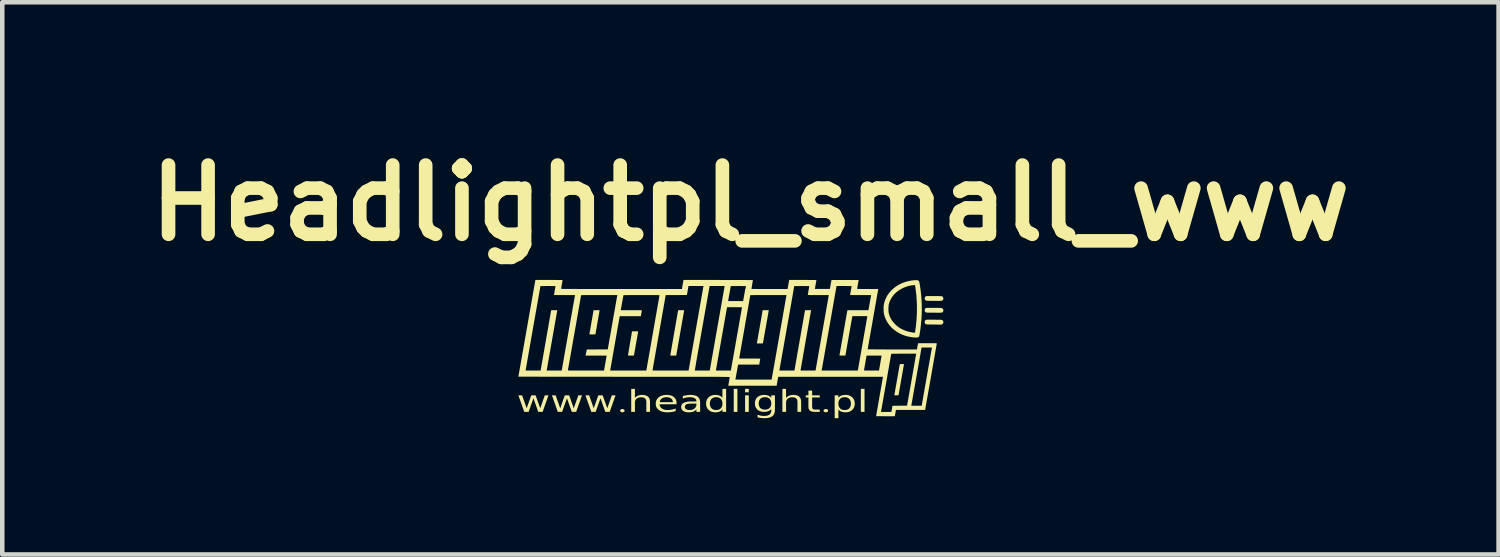
<source format=kicad_pcb>
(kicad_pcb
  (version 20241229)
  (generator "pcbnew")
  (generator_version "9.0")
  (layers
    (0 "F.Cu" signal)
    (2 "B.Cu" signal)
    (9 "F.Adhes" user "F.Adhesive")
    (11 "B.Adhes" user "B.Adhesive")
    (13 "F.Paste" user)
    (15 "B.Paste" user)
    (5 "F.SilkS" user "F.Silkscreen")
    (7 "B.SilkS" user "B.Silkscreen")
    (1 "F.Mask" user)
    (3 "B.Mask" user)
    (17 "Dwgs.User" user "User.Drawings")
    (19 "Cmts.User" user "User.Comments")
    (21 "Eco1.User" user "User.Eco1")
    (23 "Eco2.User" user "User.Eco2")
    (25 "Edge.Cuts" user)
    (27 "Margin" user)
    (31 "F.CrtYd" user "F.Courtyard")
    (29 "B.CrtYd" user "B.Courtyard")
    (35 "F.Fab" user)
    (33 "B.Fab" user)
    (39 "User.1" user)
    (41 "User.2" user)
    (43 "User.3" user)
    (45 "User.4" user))
  (footprint "Headlightpl_small_www"
    (layer "F.Cu")
    (at 13.469 4.318)
    (property "Reference" "Headlightpl_small_www" (at 0 -2.9 0) (layer "F.SilkS") (effects (font (size 1.524 1.524) (thickness 0.3))))
    (attr board_only exclude_from_pos_files exclude_from_bom)
    (fp_poly (pts (xy -0.286 1.699) (xy -0.367 1.699) (xy -0.367 1.192) (xy -0.286 1.192)) (stroke (width 0) (type solid)) (fill yes) (layer "F.SilkS"))
    (fp_poly (pts (xy -0.036 1.268) (xy -0.117 1.268) (xy -0.117 1.192) (xy -0.036 1.192)) (stroke (width 0) (type solid)) (fill yes) (layer "F.SilkS"))
    (fp_poly (pts (xy -0.036 1.699) (xy -0.117 1.699) (xy -0.117 1.334) (xy -0.036 1.334)) (stroke (width 0) (type solid)) (fill yes) (layer "F.SilkS"))
    (fp_poly (pts (xy 2.512 1.699) (xy 2.431 1.699) (xy 2.431 1.192) (xy 2.512 1.192)) (stroke (width 0) (type solid)) (fill yes) (layer "F.SilkS"))
    (fp_poly (pts (xy -4.925 1.619) (xy -4.824 1.334) (xy -4.729 1.334) (xy -4.627 1.619) (xy -4.526 1.334) (xy -4.445 1.334) (xy -4.574 1.699) (xy -4.67 1.699) (xy -4.776 1.4) (xy -4.883 1.699) (xy -4.978 1.699) (xy -5.108 1.334) (xy -5.026 1.334)) (stroke (width 0) (type solid)) (fill yes) (layer "F.SilkS"))
    (fp_poly (pts (xy -4.187 1.619) (xy -4.086 1.334) (xy -3.99 1.334) (xy -3.889 1.619) (xy -3.788 1.334) (xy -3.707 1.334) (xy -3.836 1.699) (xy -3.932 1.699) (xy -4.038 1.4) (xy -4.145 1.699) (xy -4.24 1.699) (xy -4.369 1.334) (xy -4.288 1.334)) (stroke (width 0) (type solid)) (fill yes) (layer "F.SilkS"))
    (fp_poly (pts (xy -3.449 1.619) (xy -3.348 1.334) (xy -3.252 1.334) (xy -3.151 1.619) (xy -3.05 1.334) (xy -2.969 1.334) (xy -3.098 1.699) (xy -3.194 1.699) (xy -3.3 1.4) (xy -3.407 1.699) (xy -3.502 1.699) (xy -3.631 1.334) (xy -3.55 1.334)) (stroke (width 0) (type solid)) (fill yes) (layer "F.SilkS"))
    (fp_poly (pts (xy 3.38 0.653) (xy 3.322 0.982) (xy 3.263 1.319) (xy 3.26 1.335) (xy 3.214 1.335) (xy 3.205 1.335) (xy 3.196 1.335) (xy 3.188 1.335) (xy 3.181 1.334) (xy 3.176 1.334) (xy 3.172 1.334) (xy 3.17 1.334) (xy 3.169 1.334) (xy 3.168 1.333) (xy 3.168 1.333) (xy 3.168 1.333) (xy 3.288 0.65) (xy 3.288 0.65) (xy 3.289 0.65) (xy 3.289 0.649) (xy 3.29 0.649) (xy 3.291 0.648) (xy 3.293 0.648) (xy 3.295 0.648) (xy 3.299 0.647) (xy 3.306 0.647) (xy 3.314 0.647) (xy 3.324 0.647) (xy 3.336 0.647) (xy 3.382 0.647)) (stroke (width 0) (type solid)) (fill yes) (layer "F.SilkS"))
    (fp_poly (pts (xy 0.403 -0.528) (xy 0.339 -0.166) (xy 0.295 0.081) (xy 0.276 0.187) (xy 0.276 0.188) (xy 0.275 0.189) (xy 0.274 0.189) (xy 0.273 0.19) (xy 0.272 0.191) (xy 0.27 0.191) (xy 0.267 0.191) (xy 0.264 0.192) (xy 0.256 0.192) (xy 0.244 0.192) (xy 0.208 0.193) (xy 0.197 0.193) (xy 0.187 0.193) (xy 0.178 0.193) (xy 0.171 0.192) (xy 0.168 0.192) (xy 0.164 0.192) (xy 0.162 0.192) (xy 0.159 0.192) (xy 0.157 0.192) (xy 0.155 0.192) (xy 0.153 0.192) (xy 0.151 0.192) (xy 0.149 0.192) (xy 0.148 0.192) (xy 0.147 0.191) (xy 0.146 0.191) (xy 0.146 0.191) (xy 0.145 0.191) (xy 0.145 0.191) (xy 0.144 0.191) (xy 0.144 0.191) (xy 0.144 0.191) (xy 0.143 0.19) (xy 0.143 0.19) (xy 0.143 0.19) (xy 0.143 0.19) (xy 0.142 0.19) (xy 0.142 0.19) (xy 0.142 0.19) (xy 0.142 0.189) (xy 0.142 0.189) (xy 0.142 0.189) (xy 0.142 0.189) (xy 0.142 0.189) (xy 0.142 0.189) (xy 0.142 0.188) (xy 0.142 0.188) (xy 0.142 0.188) (xy 0.142 0.188) (xy 0.142 0.187) (xy 0.207 -0.179) (xy 0.27 -0.54) (xy 0.405 -0.54)) (stroke (width 0) (type solid)) (fill yes) (layer "F.SilkS"))
    (fp_poly (pts (xy -3.375 -0.54) (xy -3.365 -0.54) (xy -3.357 -0.54) (xy -3.349 -0.54) (xy -3.346 -0.54) (xy -3.343 -0.54) (xy -3.34 -0.54) (xy -3.337 -0.54) (xy -3.335 -0.54) (xy -3.333 -0.54) (xy -3.331 -0.54) (xy -3.329 -0.54) (xy -3.328 -0.539) (xy -3.326 -0.539) (xy -3.325 -0.539) (xy -3.325 -0.539) (xy -3.324 -0.539) (xy -3.324 -0.539) (xy -3.323 -0.539) (xy -3.323 -0.539) (xy -3.322 -0.539) (xy -3.322 -0.538) (xy -3.322 -0.538) (xy -3.322 -0.538) (xy -3.321 -0.538) (xy -3.321 -0.538) (xy -3.321 -0.538) (xy -3.321 -0.538) (xy -3.321 -0.538) (xy -3.32 -0.537) (xy -3.32 -0.537) (xy -3.32 -0.537) (xy -3.32 -0.537) (xy -3.32 -0.537) (xy -3.32 -0.537) (xy -3.32 -0.536) (xy -3.32 -0.536) (xy -3.32 -0.536) (xy -3.32 -0.536) (xy -3.32 -0.535) (xy -3.366 -0.271) (xy -3.398 -0.087) (xy -3.408 -0.031) (xy -3.412 -0.009) (xy -3.414 -0.009) (xy -3.418 -0.008) (xy -3.433 -0.007) (xy -3.455 -0.007) (xy -3.479 -0.006) (xy -3.503 -0.006) (xy -3.524 -0.007) (xy -3.539 -0.007) (xy -3.543 -0.008) (xy -3.545 -0.009) (xy -3.5 -0.268) (xy -3.452 -0.54) (xy -3.447 -0.54) (xy -3.433 -0.54) (xy -3.386 -0.54)) (stroke (width 0) (type solid)) (fill yes) (layer "F.SilkS"))
    (fp_poly (pts (xy -2.471 -0.068) (xy -2.517 0.193) (xy -2.549 0.374) (xy -2.563 0.453) (xy -2.564 0.455) (xy -2.564 0.456) (xy -2.565 0.457) (xy -2.566 0.457) (xy -2.568 0.458) (xy -2.57 0.458) (xy -2.573 0.459) (xy -2.581 0.459) (xy -2.592 0.459) (xy -2.63 0.46) (xy -2.641 0.46) (xy -2.651 0.46) (xy -2.659 0.46) (xy -2.666 0.459) (xy -2.67 0.459) (xy -2.673 0.459) (xy -2.675 0.459) (xy -2.678 0.459) (xy -2.68 0.459) (xy -2.682 0.459) (xy -2.684 0.459) (xy -2.686 0.459) (xy -2.687 0.459) (xy -2.689 0.459) (xy -2.69 0.458) (xy -2.69 0.458) (xy -2.691 0.458) (xy -2.691 0.458) (xy -2.692 0.458) (xy -2.692 0.458) (xy -2.693 0.458) (xy -2.693 0.458) (xy -2.693 0.457) (xy -2.694 0.457) (xy -2.694 0.457) (xy -2.694 0.457) (xy -2.694 0.457) (xy -2.694 0.457) (xy -2.695 0.457) (xy -2.695 0.456) (xy -2.695 0.456) (xy -2.695 0.456) (xy -2.695 0.456) (xy -2.695 0.456) (xy -2.695 0.455) (xy -2.695 0.455) (xy -2.695 0.455) (xy -2.695 0.455) (xy -2.695 0.454) (xy -2.682 0.374) (xy -2.651 0.189) (xy -2.619 0.006) (xy -2.606 -0.072) (xy -2.606 -0.072) (xy -2.605 -0.073) (xy -2.601 -0.073) (xy -2.595 -0.073) (xy -2.586 -0.074) (xy -2.565 -0.074) (xy -2.538 -0.074) (xy -2.47 -0.074)) (stroke (width 0) (type solid)) (fill yes) (layer "F.SilkS"))
    (fp_poly (pts (xy -1.515 -0.54) (xy -1.506 -0.54) (xy -1.498 -0.54) (xy -1.491 -0.54) (xy -1.485 -0.54) (xy -1.48 -0.54) (xy -1.475 -0.54) (xy -1.471 -0.54) (xy -1.468 -0.539) (xy -1.466 -0.539) (xy -1.465 -0.539) (xy -1.464 -0.539) (xy -1.463 -0.539) (xy -1.462 -0.538) (xy -1.461 -0.538) (xy -1.46 -0.538) (xy -1.46 -0.538) (xy -1.459 -0.538) (xy -1.459 -0.537) (xy -1.458 -0.537) (xy -1.458 -0.537) (xy -1.458 -0.536) (xy -1.458 -0.536) (xy -1.546 -0.037) (xy -1.633 0.459) (xy -1.634 0.459) (xy -1.638 0.459) (xy -1.652 0.459) (xy -1.698 0.46) (xy -1.709 0.46) (xy -1.718 0.46) (xy -1.726 0.46) (xy -1.733 0.459) (xy -1.739 0.459) (xy -1.744 0.459) (xy -1.746 0.459) (xy -1.749 0.459) (xy -1.751 0.459) (xy -1.752 0.459) (xy -1.754 0.459) (xy -1.756 0.459) (xy -1.757 0.458) (xy -1.758 0.458) (xy -1.759 0.458) (xy -1.76 0.458) (xy -1.761 0.458) (xy -1.761 0.457) (xy -1.762 0.457) (xy -1.762 0.457) (xy -1.763 0.457) (xy -1.763 0.457) (xy -1.763 0.456) (xy -1.763 0.456) (xy -1.763 0.456) (xy -1.763 0.456) (xy -1.763 0.456) (xy -1.764 0.456) (xy -1.764 0.455) (xy -1.764 0.455) (xy -1.678 -0.042) (xy -1.617 -0.391) (xy -1.591 -0.538) (xy -1.591 -0.538) (xy -1.591 -0.538) (xy -1.59 -0.538) (xy -1.587 -0.539) (xy -1.581 -0.539) (xy -1.573 -0.54) (xy -1.552 -0.54) (xy -1.525 -0.54)) (stroke (width 0) (type solid)) (fill yes) (layer "F.SilkS"))
    (fp_poly (pts (xy 1.359 1.334) (xy 1.526 1.334) (xy 1.526 1.381) (xy 1.359 1.381) (xy 1.359 1.579) (xy 1.359 1.584) (xy 1.359 1.59) (xy 1.36 1.595) (xy 1.36 1.599) (xy 1.361 1.604) (xy 1.361 1.608) (xy 1.362 1.612) (xy 1.363 1.616) (xy 1.364 1.619) (xy 1.365 1.622) (xy 1.367 1.625) (xy 1.368 1.628) (xy 1.37 1.63) (xy 1.371 1.633) (xy 1.373 1.635) (xy 1.375 1.636) (xy 1.377 1.638) (xy 1.38 1.639) (xy 1.383 1.641) (xy 1.386 1.642) (xy 1.389 1.643) (xy 1.393 1.644) (xy 1.396 1.645) (xy 1.4 1.646) (xy 1.405 1.647) (xy 1.409 1.647) (xy 1.414 1.648) (xy 1.419 1.648) (xy 1.425 1.649) (xy 1.431 1.649) (xy 1.436 1.649) (xy 1.443 1.649) (xy 1.526 1.649) (xy 1.526 1.699) (xy 1.443 1.699) (xy 1.42 1.699) (xy 1.41 1.698) (xy 1.399 1.698) (xy 1.39 1.697) (xy 1.38 1.696) (xy 1.372 1.694) (xy 1.363 1.693) (xy 1.355 1.691) (xy 1.348 1.689) (xy 1.341 1.687) (xy 1.335 1.685) (xy 1.329 1.682) (xy 1.323 1.679) (xy 1.318 1.677) (xy 1.313 1.673) (xy 1.311 1.672) (xy 1.309 1.67) (xy 1.307 1.668) (xy 1.305 1.666) (xy 1.303 1.664) (xy 1.301 1.662) (xy 1.299 1.66) (xy 1.298 1.658) (xy 1.296 1.655) (xy 1.294 1.653) (xy 1.293 1.65) (xy 1.291 1.648) (xy 1.29 1.645) (xy 1.289 1.642) (xy 1.286 1.637) (xy 1.284 1.631) (xy 1.282 1.624) (xy 1.281 1.618) (xy 1.28 1.61) (xy 1.279 1.603) (xy 1.278 1.595) (xy 1.278 1.587) (xy 1.277 1.579) (xy 1.277 1.381) (xy 1.218 1.381) (xy 1.218 1.334) (xy 1.277 1.334) (xy 1.277 1.231) (xy 1.359 1.231)) (stroke (width 0) (type solid)) (fill yes) (layer "F.SilkS"))
    (fp_poly (pts (xy 4.042 -0.851) (xy 4.088 -0.85) (xy 4.126 -0.85) (xy 4.155 -0.85) (xy 4.177 -0.849) (xy 4.186 -0.849) (xy 4.193 -0.848) (xy 4.199 -0.848) (xy 4.204 -0.848) (xy 4.208 -0.847) (xy 4.211 -0.847) (xy 4.214 -0.846) (xy 4.215 -0.845) (xy 4.218 -0.844) (xy 4.221 -0.842) (xy 4.224 -0.841) (xy 4.226 -0.839) (xy 4.229 -0.837) (xy 4.231 -0.835) (xy 4.233 -0.833) (xy 4.235 -0.83) (xy 4.237 -0.828) (xy 4.239 -0.825) (xy 4.24 -0.823) (xy 4.242 -0.82) (xy 4.243 -0.818) (xy 4.244 -0.815) (xy 4.245 -0.812) (xy 4.246 -0.809) (xy 4.247 -0.806) (xy 4.247 -0.803) (xy 4.247 -0.8) (xy 4.247 -0.797) (xy 4.247 -0.794) (xy 4.247 -0.791) (xy 4.247 -0.789) (xy 4.246 -0.786) (xy 4.246 -0.783) (xy 4.245 -0.78) (xy 4.244 -0.777) (xy 4.243 -0.774) (xy 4.241 -0.772) (xy 4.239 -0.769) (xy 4.238 -0.767) (xy 4.236 -0.764) (xy 4.23 -0.757) (xy 4.227 -0.754) (xy 4.223 -0.752) (xy 4.22 -0.75) (xy 4.215 -0.748) (xy 4.209 -0.747) (xy 4.201 -0.746) (xy 4.18 -0.745) (xy 4.148 -0.744) (xy 4.043 -0.745) (xy 3.997 -0.745) (xy 3.96 -0.745) (xy 3.931 -0.746) (xy 3.908 -0.746) (xy 3.899 -0.746) (xy 3.892 -0.747) (xy 3.885 -0.747) (xy 3.88 -0.748) (xy 3.876 -0.748) (xy 3.873 -0.749) (xy 3.87 -0.749) (xy 3.868 -0.75) (xy 3.864 -0.752) (xy 3.861 -0.754) (xy 3.857 -0.756) (xy 3.854 -0.759) (xy 3.851 -0.762) (xy 3.848 -0.764) (xy 3.846 -0.768) (xy 3.844 -0.771) (xy 3.842 -0.774) (xy 3.84 -0.778) (xy 3.839 -0.781) (xy 3.838 -0.785) (xy 3.837 -0.789) (xy 3.836 -0.792) (xy 3.836 -0.796) (xy 3.836 -0.8) (xy 3.836 -0.804) (xy 3.836 -0.807) (xy 3.837 -0.811) (xy 3.838 -0.815) (xy 3.839 -0.818) (xy 3.841 -0.822) (xy 3.842 -0.825) (xy 3.844 -0.829) (xy 3.847 -0.832) (xy 3.849 -0.835) (xy 3.852 -0.838) (xy 3.855 -0.84) (xy 3.858 -0.843) (xy 3.862 -0.845) (xy 3.866 -0.847) (xy 3.87 -0.849) (xy 3.874 -0.849) (xy 3.883 -0.85) (xy 3.915 -0.851) (xy 3.967 -0.851)) (stroke (width 0) (type solid)) (fill yes) (layer "F.SilkS"))
    (fp_poly (pts (xy 4.045 -0.331) (xy 4.097 -0.33) (xy 4.136 -0.33) (xy 4.152 -0.329) (xy 4.165 -0.329) (xy 4.176 -0.329) (xy 4.186 -0.329) (xy 4.189 -0.328) (xy 4.193 -0.328) (xy 4.196 -0.328) (xy 4.199 -0.328) (xy 4.202 -0.327) (xy 4.204 -0.327) (xy 4.206 -0.327) (xy 4.208 -0.327) (xy 4.21 -0.326) (xy 4.211 -0.326) (xy 4.212 -0.325) (xy 4.214 -0.325) (xy 4.215 -0.324) (xy 4.216 -0.324) (xy 4.218 -0.323) (xy 4.222 -0.321) (xy 4.225 -0.319) (xy 4.228 -0.317) (xy 4.231 -0.314) (xy 4.234 -0.312) (xy 4.236 -0.309) (xy 4.239 -0.306) (xy 4.241 -0.303) (xy 4.242 -0.3) (xy 4.244 -0.297) (xy 4.245 -0.294) (xy 4.246 -0.29) (xy 4.247 -0.287) (xy 4.247 -0.283) (xy 4.248 -0.28) (xy 4.248 -0.277) (xy 4.248 -0.273) (xy 4.247 -0.27) (xy 4.247 -0.266) (xy 4.246 -0.263) (xy 4.245 -0.259) (xy 4.244 -0.256) (xy 4.242 -0.253) (xy 4.241 -0.25) (xy 4.239 -0.247) (xy 4.236 -0.244) (xy 4.234 -0.241) (xy 4.231 -0.238) (xy 4.228 -0.236) (xy 4.225 -0.234) (xy 4.222 -0.231) (xy 4.218 -0.229) (xy 4.205 -0.222) (xy 4.041 -0.224) (xy 3.988 -0.225) (xy 3.966 -0.225) (xy 3.947 -0.225) (xy 3.931 -0.225) (xy 3.918 -0.226) (xy 3.906 -0.226) (xy 3.897 -0.226) (xy 3.893 -0.226) (xy 3.889 -0.227) (xy 3.886 -0.227) (xy 3.883 -0.227) (xy 3.88 -0.227) (xy 3.878 -0.228) (xy 3.876 -0.228) (xy 3.874 -0.228) (xy 3.872 -0.229) (xy 3.871 -0.229) (xy 3.87 -0.23) (xy 3.868 -0.23) (xy 3.867 -0.23) (xy 3.866 -0.231) (xy 3.864 -0.232) (xy 3.861 -0.234) (xy 3.858 -0.235) (xy 3.855 -0.237) (xy 3.853 -0.239) (xy 3.85 -0.242) (xy 3.848 -0.244) (xy 3.846 -0.247) (xy 3.844 -0.249) (xy 3.843 -0.252) (xy 3.841 -0.255) (xy 3.84 -0.258) (xy 3.839 -0.261) (xy 3.838 -0.264) (xy 3.837 -0.267) (xy 3.836 -0.27) (xy 3.836 -0.273) (xy 3.836 -0.277) (xy 3.836 -0.28) (xy 3.836 -0.283) (xy 3.836 -0.286) (xy 3.837 -0.289) (xy 3.837 -0.293) (xy 3.838 -0.296) (xy 3.839 -0.299) (xy 3.84 -0.302) (xy 3.842 -0.304) (xy 3.844 -0.307) (xy 3.845 -0.31) (xy 3.847 -0.312) (xy 3.85 -0.315) (xy 3.852 -0.317) (xy 3.855 -0.319) (xy 3.856 -0.32) (xy 3.857 -0.321) (xy 3.858 -0.322) (xy 3.859 -0.322) (xy 3.86 -0.323) (xy 3.862 -0.324) (xy 3.864 -0.325) (xy 3.867 -0.326) (xy 3.87 -0.327) (xy 3.871 -0.328) (xy 3.872 -0.328) (xy 3.873 -0.329) (xy 3.874 -0.329) (xy 3.879 -0.33) (xy 3.89 -0.33) (xy 3.926 -0.331) (xy 3.979 -0.331)) (stroke (width 0) (type solid)) (fill yes) (layer "F.SilkS"))
    (fp_poly (pts (xy -2.816 1.636) (xy -2.813 1.636) (xy -2.811 1.636) (xy -2.809 1.636) (xy -2.806 1.637) (xy -2.804 1.637) (xy -2.802 1.638) (xy -2.8 1.638) (xy -2.798 1.639) (xy -2.796 1.64) (xy -2.794 1.641) (xy -2.792 1.642) (xy -2.79 1.643) (xy -2.788 1.644) (xy -2.786 1.645) (xy -2.784 1.646) (xy -2.782 1.648) (xy -2.781 1.649) (xy -2.779 1.651) (xy -2.778 1.652) (xy -2.776 1.653) (xy -2.775 1.655) (xy -2.774 1.656) (xy -2.773 1.658) (xy -2.772 1.66) (xy -2.772 1.661) (xy -2.771 1.663) (xy -2.77 1.665) (xy -2.77 1.666) (xy -2.77 1.668) (xy -2.77 1.67) (xy -2.769 1.672) (xy -2.77 1.674) (xy -2.77 1.675) (xy -2.77 1.677) (xy -2.77 1.679) (xy -2.771 1.681) (xy -2.772 1.682) (xy -2.772 1.684) (xy -2.773 1.686) (xy -2.774 1.687) (xy -2.775 1.689) (xy -2.776 1.691) (xy -2.778 1.692) (xy -2.779 1.694) (xy -2.781 1.695) (xy -2.782 1.696) (xy -2.784 1.698) (xy -2.786 1.699) (xy -2.788 1.7) (xy -2.79 1.701) (xy -2.792 1.703) (xy -2.794 1.703) (xy -2.796 1.704) (xy -2.798 1.705) (xy -2.8 1.706) (xy -2.802 1.707) (xy -2.804 1.707) (xy -2.806 1.708) (xy -2.809 1.708) (xy -2.811 1.708) (xy -2.813 1.708) (xy -2.816 1.709) (xy -2.818 1.709) (xy -2.821 1.709) (xy -2.823 1.708) (xy -2.825 1.708) (xy -2.828 1.708) (xy -2.83 1.707) (xy -2.832 1.707) (xy -2.834 1.706) (xy -2.837 1.706) (xy -2.839 1.705) (xy -2.841 1.704) (xy -2.843 1.703) (xy -2.845 1.702) (xy -2.847 1.701) (xy -2.849 1.7) (xy -2.851 1.699) (xy -2.853 1.697) (xy -2.855 1.696) (xy -2.856 1.695) (xy -2.858 1.693) (xy -2.859 1.692) (xy -2.86 1.69) (xy -2.862 1.689) (xy -2.863 1.687) (xy -2.864 1.685) (xy -2.865 1.684) (xy -2.865 1.682) (xy -2.866 1.68) (xy -2.866 1.679) (xy -2.867 1.677) (xy -2.867 1.675) (xy -2.867 1.674) (xy -2.867 1.672) (xy -2.867 1.67) (xy -2.867 1.668) (xy -2.867 1.666) (xy -2.866 1.665) (xy -2.866 1.663) (xy -2.865 1.661) (xy -2.865 1.66) (xy -2.864 1.658) (xy -2.863 1.656) (xy -2.862 1.655) (xy -2.86 1.653) (xy -2.859 1.652) (xy -2.858 1.651) (xy -2.856 1.649) (xy -2.855 1.648) (xy -2.853 1.646) (xy -2.853 1.646) (xy -2.851 1.645) (xy -2.849 1.644) (xy -2.847 1.643) (xy -2.845 1.642) (xy -2.843 1.641) (xy -2.841 1.64) (xy -2.839 1.639) (xy -2.837 1.638) (xy -2.835 1.638) (xy -2.833 1.637) (xy -2.83 1.637) (xy -2.828 1.636) (xy -2.826 1.636) (xy -2.823 1.636) (xy -2.821 1.636) (xy -2.818 1.636)) (stroke (width 0) (type solid)) (fill yes) (layer "F.SilkS"))
    (fp_poly (pts (xy 1.663 1.636) (xy 1.665 1.636) (xy 1.668 1.636) (xy 1.67 1.636) (xy 1.672 1.637) (xy 1.674 1.637) (xy 1.677 1.638) (xy 1.679 1.638) (xy 1.681 1.639) (xy 1.683 1.64) (xy 1.685 1.641) (xy 1.687 1.642) (xy 1.689 1.643) (xy 1.691 1.644) (xy 1.693 1.645) (xy 1.695 1.646) (xy 1.696 1.648) (xy 1.698 1.649) (xy 1.7 1.651) (xy 1.701 1.652) (xy 1.702 1.653) (xy 1.704 1.655) (xy 1.705 1.656) (xy 1.706 1.658) (xy 1.706 1.66) (xy 1.707 1.661) (xy 1.708 1.663) (xy 1.708 1.665) (xy 1.709 1.666) (xy 1.709 1.668) (xy 1.709 1.67) (xy 1.709 1.672) (xy 1.709 1.674) (xy 1.709 1.675) (xy 1.709 1.677) (xy 1.708 1.679) (xy 1.708 1.681) (xy 1.707 1.682) (xy 1.706 1.684) (xy 1.706 1.686) (xy 1.705 1.687) (xy 1.704 1.689) (xy 1.702 1.691) (xy 1.701 1.692) (xy 1.7 1.694) (xy 1.698 1.695) (xy 1.696 1.696) (xy 1.695 1.698) (xy 1.693 1.699) (xy 1.691 1.7) (xy 1.689 1.701) (xy 1.687 1.703) (xy 1.685 1.703) (xy 1.683 1.704) (xy 1.681 1.705) (xy 1.679 1.706) (xy 1.677 1.707) (xy 1.674 1.707) (xy 1.672 1.708) (xy 1.67 1.708) (xy 1.668 1.708) (xy 1.665 1.708) (xy 1.663 1.709) (xy 1.66 1.709) (xy 1.658 1.709) (xy 1.656 1.708) (xy 1.653 1.708) (xy 1.651 1.708) (xy 1.649 1.707) (xy 1.646 1.707) (xy 1.644 1.706) (xy 1.642 1.706) (xy 1.64 1.705) (xy 1.638 1.704) (xy 1.636 1.703) (xy 1.634 1.702) (xy 1.632 1.701) (xy 1.63 1.7) (xy 1.628 1.699) (xy 1.626 1.697) (xy 1.624 1.696) (xy 1.623 1.695) (xy 1.621 1.693) (xy 1.62 1.692) (xy 1.618 1.69) (xy 1.617 1.689) (xy 1.616 1.687) (xy 1.615 1.685) (xy 1.614 1.684) (xy 1.613 1.682) (xy 1.613 1.68) (xy 1.612 1.679) (xy 1.612 1.677) (xy 1.612 1.675) (xy 1.612 1.674) (xy 1.611 1.672) (xy 1.612 1.67) (xy 1.612 1.668) (xy 1.612 1.666) (xy 1.612 1.665) (xy 1.613 1.663) (xy 1.613 1.661) (xy 1.614 1.66) (xy 1.615 1.658) (xy 1.616 1.656) (xy 1.617 1.655) (xy 1.618 1.653) (xy 1.62 1.652) (xy 1.621 1.651) (xy 1.623 1.649) (xy 1.624 1.648) (xy 1.626 1.646) (xy 1.626 1.646) (xy 1.628 1.645) (xy 1.63 1.644) (xy 1.632 1.643) (xy 1.634 1.642) (xy 1.636 1.641) (xy 1.638 1.64) (xy 1.64 1.639) (xy 1.642 1.638) (xy 1.644 1.638) (xy 1.646 1.637) (xy 1.648 1.637) (xy 1.651 1.636) (xy 1.653 1.636) (xy 1.655 1.636) (xy 1.658 1.636) (xy 1.66 1.636)) (stroke (width 0) (type solid)) (fill yes) (layer "F.SilkS"))
    (fp_poly (pts (xy -2.542 1.391) (xy -2.538 1.387) (xy -2.535 1.383) (xy -2.531 1.379) (xy -2.527 1.375) (xy -2.523 1.372) (xy -2.519 1.369) (xy -2.515 1.365) (xy -2.51 1.362) (xy -2.506 1.359) (xy -2.502 1.356) (xy -2.497 1.353) (xy -2.493 1.351) (xy -2.488 1.348) (xy -2.483 1.346) (xy -2.479 1.344) (xy -2.474 1.342) (xy -2.469 1.34) (xy -2.464 1.338) (xy -2.458 1.336) (xy -2.453 1.335) (xy -2.448 1.333) (xy -2.442 1.332) (xy -2.437 1.331) (xy -2.431 1.329) (xy -2.425 1.329) (xy -2.42 1.328) (xy -2.414 1.327) (xy -2.408 1.326) (xy -2.401 1.326) (xy -2.395 1.326) (xy -2.389 1.325) (xy -2.383 1.325) (xy -2.372 1.326) (xy -2.362 1.326) (xy -2.352 1.327) (xy -2.343 1.328) (xy -2.333 1.329) (xy -2.325 1.331) (xy -2.316 1.333) (xy -2.308 1.335) (xy -2.3 1.338) (xy -2.292 1.341) (xy -2.285 1.344) (xy -2.278 1.347) (xy -2.272 1.351) (xy -2.265 1.355) (xy -2.26 1.36) (xy -2.254 1.364) (xy -2.249 1.369) (xy -2.244 1.375) (xy -2.239 1.38) (xy -2.235 1.386) (xy -2.231 1.392) (xy -2.227 1.399) (xy -2.224 1.405) (xy -2.221 1.412) (xy -2.219 1.42) (xy -2.216 1.427) (xy -2.215 1.435) (xy -2.213 1.443) (xy -2.212 1.452) (xy -2.211 1.461) (xy -2.21 1.47) (xy -2.21 1.479) (xy -2.21 1.699) (xy -2.291 1.699) (xy -2.291 1.481) (xy -2.291 1.474) (xy -2.292 1.468) (xy -2.292 1.462) (xy -2.293 1.457) (xy -2.294 1.451) (xy -2.295 1.446) (xy -2.297 1.44) (xy -2.298 1.436) (xy -2.3 1.431) (xy -2.302 1.426) (xy -2.304 1.422) (xy -2.307 1.418) (xy -2.309 1.414) (xy -2.312 1.41) (xy -2.315 1.407) (xy -2.319 1.403) (xy -2.322 1.4) (xy -2.326 1.397) (xy -2.33 1.395) (xy -2.334 1.392) (xy -2.338 1.39) (xy -2.343 1.388) (xy -2.348 1.386) (xy -2.353 1.384) (xy -2.358 1.382) (xy -2.364 1.381) (xy -2.369 1.38) (xy -2.375 1.379) (xy -2.381 1.378) (xy -2.387 1.378) (xy -2.394 1.378) (xy -2.401 1.378) (xy -2.409 1.378) (xy -2.417 1.378) (xy -2.424 1.379) (xy -2.432 1.379) (xy -2.439 1.381) (xy -2.446 1.382) (xy -2.453 1.383) (xy -2.459 1.385) (xy -2.466 1.387) (xy -2.472 1.39) (xy -2.478 1.392) (xy -2.484 1.395) (xy -2.489 1.398) (xy -2.494 1.401) (xy -2.499 1.405) (xy -2.504 1.408) (xy -2.509 1.412) (xy -2.513 1.417) (xy -2.517 1.421) (xy -2.521 1.425) (xy -2.524 1.43) (xy -2.527 1.435) (xy -2.53 1.44) (xy -2.533 1.445) (xy -2.535 1.45) (xy -2.537 1.456) (xy -2.538 1.462) (xy -2.54 1.468) (xy -2.541 1.474) (xy -2.541 1.48) (xy -2.542 1.486) (xy -2.542 1.493) (xy -2.542 1.699) (xy -2.624 1.699) (xy -2.624 1.192) (xy -2.542 1.192)) (stroke (width 0) (type solid)) (fill yes) (layer "F.SilkS"))
    (fp_poly (pts (xy 0.785 1.391) (xy 0.789 1.387) (xy 0.793 1.383) (xy 0.796 1.379) (xy 0.8 1.375) (xy 0.804 1.372) (xy 0.808 1.369) (xy 0.813 1.365) (xy 0.817 1.362) (xy 0.821 1.359) (xy 0.826 1.356) (xy 0.83 1.353) (xy 0.835 1.351) (xy 0.839 1.348) (xy 0.844 1.346) (xy 0.849 1.344) (xy 0.854 1.342) (xy 0.859 1.34) (xy 0.864 1.338) (xy 0.869 1.336) (xy 0.874 1.335) (xy 0.879 1.333) (xy 0.885 1.332) (xy 0.891 1.331) (xy 0.896 1.329) (xy 0.902 1.329) (xy 0.908 1.328) (xy 0.914 1.327) (xy 0.92 1.326) (xy 0.926 1.326) (xy 0.932 1.326) (xy 0.938 1.325) (xy 0.945 1.325) (xy 0.955 1.326) (xy 0.965 1.326) (xy 0.975 1.327) (xy 0.985 1.328) (xy 0.994 1.329) (xy 1.003 1.331) (xy 1.011 1.333) (xy 1.019 1.335) (xy 1.027 1.338) (xy 1.035 1.341) (xy 1.042 1.344) (xy 1.049 1.347) (xy 1.056 1.351) (xy 1.062 1.355) (xy 1.068 1.36) (xy 1.073 1.364) (xy 1.079 1.369) (xy 1.084 1.375) (xy 1.088 1.38) (xy 1.093 1.386) (xy 1.096 1.392) (xy 1.1 1.399) (xy 1.103 1.405) (xy 1.106 1.412) (xy 1.109 1.42) (xy 1.111 1.427) (xy 1.113 1.435) (xy 1.114 1.443) (xy 1.116 1.452) (xy 1.116 1.461) (xy 1.117 1.47) (xy 1.117 1.479) (xy 1.117 1.699) (xy 1.036 1.699) (xy 1.036 1.481) (xy 1.036 1.474) (xy 1.036 1.468) (xy 1.035 1.462) (xy 1.034 1.457) (xy 1.033 1.451) (xy 1.032 1.446) (xy 1.031 1.44) (xy 1.029 1.436) (xy 1.027 1.431) (xy 1.025 1.426) (xy 1.023 1.422) (xy 1.021 1.418) (xy 1.018 1.414) (xy 1.015 1.41) (xy 1.012 1.407) (xy 1.009 1.403) (xy 1.005 1.4) (xy 1.001 1.397) (xy 0.997 1.395) (xy 0.993 1.392) (xy 0.989 1.39) (xy 0.984 1.388) (xy 0.98 1.386) (xy 0.974 1.384) (xy 0.969 1.382) (xy 0.964 1.381) (xy 0.958 1.38) (xy 0.952 1.379) (xy 0.946 1.378) (xy 0.94 1.378) (xy 0.933 1.378) (xy 0.927 1.378) (xy 0.919 1.378) (xy 0.911 1.378) (xy 0.903 1.379) (xy 0.896 1.379) (xy 0.888 1.381) (xy 0.881 1.382) (xy 0.875 1.383) (xy 0.868 1.385) (xy 0.862 1.387) (xy 0.855 1.39) (xy 0.85 1.392) (xy 0.844 1.395) (xy 0.838 1.398) (xy 0.833 1.401) (xy 0.828 1.405) (xy 0.823 1.408) (xy 0.819 1.412) (xy 0.814 1.417) (xy 0.81 1.421) (xy 0.807 1.425) (xy 0.803 1.43) (xy 0.8 1.435) (xy 0.797 1.44) (xy 0.795 1.445) (xy 0.792 1.45) (xy 0.791 1.456) (xy 0.789 1.462) (xy 0.788 1.468) (xy 0.787 1.474) (xy 0.786 1.48) (xy 0.785 1.486) (xy 0.785 1.493) (xy 0.785 1.699) (xy 0.704 1.699) (xy 0.704 1.192) (xy 0.785 1.192)) (stroke (width 0) (type solid)) (fill yes) (layer "F.SilkS"))
    (fp_poly (pts (xy 4.09 -0.591) (xy 4.113 -0.591) (xy 4.133 -0.591) (xy 4.15 -0.59) (xy 4.165 -0.59) (xy 4.178 -0.59) (xy 4.183 -0.589) (xy 4.188 -0.589) (xy 4.193 -0.589) (xy 4.197 -0.588) (xy 4.2 -0.588) (xy 4.204 -0.587) (xy 4.207 -0.587) (xy 4.21 -0.586) (xy 4.212 -0.586) (xy 4.214 -0.585) (xy 4.216 -0.584) (xy 4.218 -0.584) (xy 4.22 -0.583) (xy 4.222 -0.582) (xy 4.223 -0.581) (xy 4.225 -0.58) (xy 4.228 -0.578) (xy 4.23 -0.576) (xy 4.232 -0.575) (xy 4.234 -0.573) (xy 4.235 -0.57) (xy 4.237 -0.568) (xy 4.239 -0.565) (xy 4.24 -0.562) (xy 4.242 -0.56) (xy 4.243 -0.557) (xy 4.244 -0.554) (xy 4.246 -0.551) (xy 4.246 -0.548) (xy 4.247 -0.545) (xy 4.248 -0.542) (xy 4.248 -0.54) (xy 4.248 -0.537) (xy 4.248 -0.535) (xy 4.248 -0.533) (xy 4.248 -0.531) (xy 4.247 -0.529) (xy 4.247 -0.526) (xy 4.246 -0.524) (xy 4.245 -0.522) (xy 4.245 -0.52) (xy 4.244 -0.518) (xy 4.243 -0.516) (xy 4.242 -0.514) (xy 4.241 -0.512) (xy 4.24 -0.51) (xy 4.238 -0.508) (xy 4.237 -0.506) (xy 4.236 -0.504) (xy 4.234 -0.502) (xy 4.233 -0.501) (xy 4.231 -0.499) (xy 4.23 -0.497) (xy 4.228 -0.496) (xy 4.227 -0.495) (xy 4.225 -0.493) (xy 4.223 -0.492) (xy 4.221 -0.491) (xy 4.22 -0.49) (xy 4.218 -0.489) (xy 4.216 -0.488) (xy 4.214 -0.487) (xy 4.212 -0.486) (xy 4.211 -0.486) (xy 4.209 -0.485) (xy 4.192 -0.485) (xy 4.154 -0.484) (xy 4.101 -0.484) (xy 4.037 -0.485) (xy 3.987 -0.485) (xy 3.948 -0.485) (xy 3.932 -0.485) (xy 3.919 -0.486) (xy 3.908 -0.486) (xy 3.898 -0.486) (xy 3.89 -0.487) (xy 3.884 -0.487) (xy 3.881 -0.487) (xy 3.879 -0.487) (xy 3.877 -0.488) (xy 3.875 -0.488) (xy 3.873 -0.488) (xy 3.871 -0.489) (xy 3.87 -0.489) (xy 3.869 -0.489) (xy 3.868 -0.49) (xy 3.867 -0.49) (xy 3.864 -0.491) (xy 3.861 -0.493) (xy 3.858 -0.495) (xy 3.855 -0.496) (xy 3.853 -0.499) (xy 3.85 -0.501) (xy 3.848 -0.503) (xy 3.846 -0.506) (xy 3.844 -0.508) (xy 3.843 -0.511) (xy 3.841 -0.514) (xy 3.84 -0.517) (xy 3.839 -0.52) (xy 3.838 -0.524) (xy 3.837 -0.527) (xy 3.837 -0.531) (xy 3.836 -0.534) (xy 3.836 -0.536) (xy 3.836 -0.538) (xy 3.836 -0.54) (xy 3.836 -0.542) (xy 3.836 -0.544) (xy 3.836 -0.546) (xy 3.837 -0.548) (xy 3.837 -0.55) (xy 3.837 -0.552) (xy 3.838 -0.553) (xy 3.838 -0.555) (xy 3.839 -0.557) (xy 3.839 -0.558) (xy 3.84 -0.56) (xy 3.841 -0.562) (xy 3.841 -0.563) (xy 3.842 -0.565) (xy 3.843 -0.566) (xy 3.844 -0.568) (xy 3.845 -0.569) (xy 3.846 -0.57) (xy 3.847 -0.572) (xy 3.848 -0.573) (xy 3.849 -0.574) (xy 3.851 -0.576) (xy 3.852 -0.577) (xy 3.853 -0.578) (xy 3.855 -0.579) (xy 3.856 -0.58) (xy 3.858 -0.582) (xy 3.859 -0.583) (xy 3.861 -0.584) (xy 3.873 -0.591) (xy 4.034 -0.591)) (stroke (width 0) (type solid)) (fill yes) (layer "F.SilkS"))
    (fp_poly (pts (xy -1.83 1.326) (xy -1.818 1.326) (xy -1.806 1.327) (xy -1.795 1.328) (xy -1.784 1.33) (xy -1.773 1.332) (xy -1.763 1.334) (xy -1.753 1.337) (xy -1.743 1.34) (xy -1.734 1.344) (xy -1.725 1.348) (xy -1.716 1.352) (xy -1.708 1.357) (xy -1.7 1.362) (xy -1.692 1.367) (xy -1.685 1.373) (xy -1.678 1.379) (xy -1.671 1.385) (xy -1.665 1.392) (xy -1.659 1.399) (xy -1.654 1.406) (xy -1.649 1.413) (xy -1.645 1.421) (xy -1.641 1.429) (xy -1.638 1.437) (xy -1.635 1.445) (xy -1.632 1.454) (xy -1.63 1.463) (xy -1.628 1.472) (xy -1.627 1.482) (xy -1.627 1.492) (xy -1.626 1.502) (xy -1.626 1.502) (xy -1.626 1.531) (xy -1.999 1.531) (xy -1.998 1.539) (xy -1.997 1.546) (xy -1.996 1.553) (xy -1.994 1.56) (xy -1.992 1.567) (xy -1.99 1.573) (xy -1.987 1.58) (xy -1.984 1.586) (xy -1.981 1.591) (xy -1.977 1.597) (xy -1.973 1.602) (xy -1.969 1.607) (xy -1.964 1.612) (xy -1.96 1.617) (xy -1.954 1.621) (xy -1.949 1.625) (xy -1.943 1.629) (xy -1.937 1.633) (xy -1.931 1.636) (xy -1.924 1.64) (xy -1.917 1.642) (xy -1.91 1.645) (xy -1.903 1.648) (xy -1.895 1.65) (xy -1.887 1.652) (xy -1.878 1.653) (xy -1.87 1.655) (xy -1.861 1.656) (xy -1.852 1.657) (xy -1.843 1.657) (xy -1.833 1.658) (xy -1.823 1.658) (xy -1.811 1.658) (xy -1.8 1.657) (xy -1.788 1.657) (xy -1.777 1.656) (xy -1.766 1.654) (xy -1.755 1.653) (xy -1.744 1.651) (xy -1.733 1.649) (xy -1.722 1.647) (xy -1.711 1.645) (xy -1.7 1.642) (xy -1.689 1.639) (xy -1.678 1.635) (xy -1.667 1.632) (xy -1.656 1.628) (xy -1.645 1.624) (xy -1.645 1.681) (xy -1.656 1.684) (xy -1.667 1.687) (xy -1.678 1.69) (xy -1.69 1.693) (xy -1.701 1.695) (xy -1.712 1.697) (xy -1.723 1.7) (xy -1.735 1.701) (xy -1.746 1.703) (xy -1.758 1.705) (xy -1.769 1.706) (xy -1.781 1.707) (xy -1.793 1.708) (xy -1.804 1.708) (xy -1.816 1.708) (xy -1.828 1.709) (xy -1.842 1.708) (xy -1.857 1.708) (xy -1.87 1.707) (xy -1.884 1.705) (xy -1.897 1.704) (xy -1.909 1.701) (xy -1.922 1.699) (xy -1.934 1.696) (xy -1.945 1.692) (xy -1.956 1.689) (xy -1.967 1.685) (xy -1.977 1.68) (xy -1.987 1.675) (xy -1.997 1.67) (xy -2.006 1.664) (xy -2.015 1.658) (xy -2.023 1.651) (xy -2.031 1.644) (xy -2.038 1.637) (xy -2.045 1.63) (xy -2.051 1.622) (xy -2.057 1.615) (xy -2.062 1.606) (xy -2.067 1.598) (xy -2.071 1.589) (xy -2.074 1.58) (xy -2.077 1.571) (xy -2.08 1.561) (xy -2.081 1.551) (xy -2.083 1.541) (xy -2.084 1.531) (xy -2.084 1.52) (xy -2.084 1.509) (xy -2.083 1.498) (xy -2.082 1.488) (xy -2.081 1.484) (xy -1.997 1.484) (xy -1.708 1.484) (xy -1.708 1.478) (xy -1.708 1.472) (xy -1.709 1.466) (xy -1.71 1.461) (xy -1.712 1.455) (xy -1.713 1.45) (xy -1.715 1.445) (xy -1.717 1.44) (xy -1.72 1.435) (xy -1.723 1.43) (xy -1.726 1.426) (xy -1.729 1.421) (xy -1.732 1.417) (xy -1.736 1.413) (xy -1.741 1.409) (xy -1.745 1.406) (xy -1.75 1.402) (xy -1.754 1.399) (xy -1.759 1.396) (xy -1.765 1.393) (xy -1.77 1.39) (xy -1.775 1.388) (xy -1.781 1.385) (xy -1.787 1.384) (xy -1.793 1.382) (xy -1.799 1.38) (xy -1.806 1.379) (xy -1.813 1.378) (xy -1.819 1.377) (xy -1.826 1.377) (xy -1.834 1.376) (xy -1.841 1.376) (xy -1.849 1.376) (xy -1.858 1.377) (xy -1.866 1.377) (xy -1.873 1.378) (xy -1.881 1.379) (xy -1.888 1.38) (xy -1.895 1.382) (xy -1.902 1.383) (xy -1.909 1.385) (xy -1.915 1.387) (xy -1.922 1.39) (xy -1.928 1.392) (xy -1.934 1.395) (xy -1.939 1.398) (xy -1.945 1.401) (xy -1.95 1.405) (xy -1.955 1.408) (xy -1.959 1.412) (xy -1.964 1.416) (xy -1.968 1.42) (xy -1.972 1.425) (xy -1.975 1.429) (xy -1.979 1.434) (xy -1.982 1.439) (xy -1.985 1.444) (xy -1.987 1.449) (xy -1.989 1.454) (xy -1.991 1.46) (xy -1.993 1.466) (xy -1.994 1.472) (xy -1.996 1.478) (xy -1.997 1.484) (xy -2.081 1.484) (xy -2.08 1.478) (xy -2.077 1.468) (xy -2.075 1.458) (xy -2.071 1.449) (xy -2.068 1.44) (xy -2.063 1.431) (xy -2.058 1.423) (xy -2.053 1.415) (xy -2.047 1.407) (xy -2.041 1.399) (xy -2.034 1.392) (xy -2.026 1.385) (xy -2.019 1.378) (xy -2.01 1.372) (xy -2.001 1.366) (xy -1.992 1.36) (xy -1.983 1.355) (xy -1.973 1.35) (xy -1.963 1.346) (xy -1.952 1.342) (xy -1.942 1.339) (xy -1.93 1.335) (xy -1.919 1.333) (xy -1.907 1.331) (xy -1.895 1.329) (xy -1.882 1.327) (xy -1.869 1.326) (xy -1.856 1.326) (xy -1.842 1.325)) (stroke (width 0) (type solid)) (fill yes) (layer "F.SilkS"))
    (fp_poly (pts (xy -0.535 1.699) (xy -0.616 1.699) (xy -0.616 1.644) (xy -0.619 1.648) (xy -0.622 1.652) (xy -0.626 1.656) (xy -0.629 1.66) (xy -0.633 1.663) (xy -0.637 1.666) (xy -0.641 1.67) (xy -0.645 1.673) (xy -0.649 1.676) (xy -0.653 1.679) (xy -0.657 1.681) (xy -0.662 1.684) (xy -0.666 1.686) (xy -0.671 1.689) (xy -0.676 1.691) (xy -0.68 1.693) (xy -0.685 1.695) (xy -0.69 1.697) (xy -0.695 1.698) (xy -0.701 1.7) (xy -0.706 1.701) (xy -0.712 1.702) (xy -0.717 1.704) (xy -0.723 1.705) (xy -0.729 1.706) (xy -0.735 1.706) (xy -0.741 1.707) (xy -0.747 1.708) (xy -0.754 1.708) (xy -0.76 1.708) (xy -0.767 1.709) (xy -0.774 1.709) (xy -0.785 1.708) (xy -0.796 1.708) (xy -0.806 1.707) (xy -0.816 1.705) (xy -0.826 1.703) (xy -0.836 1.701) (xy -0.846 1.698) (xy -0.855 1.695) (xy -0.864 1.692) (xy -0.873 1.688) (xy -0.881 1.684) (xy -0.889 1.679) (xy -0.897 1.674) (xy -0.905 1.668) (xy -0.912 1.662) (xy -0.92 1.656) (xy -0.926 1.649) (xy -0.933 1.642) (xy -0.939 1.635) (xy -0.944 1.627) (xy -0.949 1.62) (xy -0.954 1.612) (xy -0.958 1.603) (xy -0.962 1.595) (xy -0.965 1.586) (xy -0.968 1.577) (xy -0.97 1.567) (xy -0.972 1.558) (xy -0.974 1.548) (xy -0.975 1.538) (xy -0.975 1.528) (xy -0.976 1.517) (xy -0.892 1.517) (xy -0.892 1.525) (xy -0.891 1.533) (xy -0.891 1.541) (xy -0.89 1.548) (xy -0.888 1.556) (xy -0.887 1.563) (xy -0.885 1.569) (xy -0.883 1.576) (xy -0.88 1.582) (xy -0.878 1.589) (xy -0.875 1.595) (xy -0.871 1.6) (xy -0.868 1.606) (xy -0.864 1.611) (xy -0.86 1.616) (xy -0.855 1.621) (xy -0.851 1.625) (xy -0.846 1.63) (xy -0.84 1.634) (xy -0.835 1.637) (xy -0.829 1.641) (xy -0.824 1.644) (xy -0.818 1.647) (xy -0.811 1.649) (xy -0.805 1.651) (xy -0.798 1.653) (xy -0.791 1.655) (xy -0.784 1.656) (xy -0.777 1.657) (xy -0.77 1.658) (xy -0.762 1.658) (xy -0.754 1.658) (xy -0.746 1.658) (xy -0.738 1.658) (xy -0.731 1.657) (xy -0.723 1.656) (xy -0.716 1.655) (xy -0.71 1.653) (xy -0.703 1.651) (xy -0.696 1.649) (xy -0.69 1.647) (xy -0.684 1.644) (xy -0.678 1.641) (xy -0.673 1.637) (xy -0.667 1.634) (xy -0.662 1.63) (xy -0.657 1.625) (xy -0.653 1.621) (xy -0.648 1.616) (xy -0.644 1.611) (xy -0.64 1.606) (xy -0.636 1.6) (xy -0.633 1.595) (xy -0.63 1.589) (xy -0.627 1.582) (xy -0.625 1.576) (xy -0.623 1.569) (xy -0.621 1.563) (xy -0.619 1.556) (xy -0.618 1.548) (xy -0.617 1.541) (xy -0.616 1.533) (xy -0.616 1.525) (xy -0.616 1.517) (xy -0.616 1.509) (xy -0.616 1.501) (xy -0.617 1.493) (xy -0.618 1.486) (xy -0.619 1.478) (xy -0.621 1.471) (xy -0.623 1.465) (xy -0.625 1.458) (xy -0.627 1.452) (xy -0.63 1.445) (xy -0.633 1.44) (xy -0.636 1.434) (xy -0.64 1.428) (xy -0.644 1.423) (xy -0.648 1.418) (xy -0.653 1.413) (xy -0.657 1.409) (xy -0.662 1.405) (xy -0.667 1.401) (xy -0.673 1.397) (xy -0.678 1.393) (xy -0.684 1.39) (xy -0.69 1.388) (xy -0.696 1.385) (xy -0.703 1.383) (xy -0.71 1.381) (xy -0.716 1.379) (xy -0.723 1.378) (xy -0.731 1.377) (xy -0.738 1.376) (xy -0.746 1.376) (xy -0.754 1.376) (xy -0.762 1.376) (xy -0.77 1.376) (xy -0.777 1.377) (xy -0.784 1.378) (xy -0.791 1.379) (xy -0.798 1.381) (xy -0.805 1.383) (xy -0.811 1.385) (xy -0.818 1.388) (xy -0.824 1.39) (xy -0.829 1.393) (xy -0.835 1.397) (xy -0.84 1.401) (xy -0.846 1.405) (xy -0.851 1.409) (xy -0.855 1.413) (xy -0.86 1.418) (xy -0.864 1.423) (xy -0.868 1.428) (xy -0.871 1.434) (xy -0.875 1.44) (xy -0.878 1.445) (xy -0.88 1.452) (xy -0.883 1.458) (xy -0.885 1.465) (xy -0.887 1.471) (xy -0.888 1.478) (xy -0.89 1.486) (xy -0.891 1.493) (xy -0.891 1.501) (xy -0.892 1.509) (xy -0.892 1.517) (xy -0.976 1.517) (xy -0.975 1.506) (xy -0.975 1.496) (xy -0.974 1.486) (xy -0.972 1.476) (xy -0.97 1.466) (xy -0.968 1.457) (xy -0.965 1.448) (xy -0.962 1.439) (xy -0.958 1.431) (xy -0.954 1.422) (xy -0.949 1.414) (xy -0.944 1.407) (xy -0.939 1.399) (xy -0.933 1.392) (xy -0.926 1.385) (xy -0.92 1.378) (xy -0.912 1.372) (xy -0.905 1.366) (xy -0.897 1.36) (xy -0.889 1.355) (xy -0.881 1.35) (xy -0.873 1.346) (xy -0.864 1.342) (xy -0.855 1.339) (xy -0.846 1.335) (xy -0.836 1.333) (xy -0.826 1.331) (xy -0.816 1.329) (xy -0.806 1.327) (xy -0.796 1.326) (xy -0.785 1.326) (xy -0.774 1.325) (xy -0.76 1.326) (xy -0.747 1.326) (xy -0.741 1.327) (xy -0.735 1.328) (xy -0.729 1.328) (xy -0.723 1.329) (xy -0.717 1.33) (xy -0.712 1.332) (xy -0.706 1.333) (xy -0.701 1.334) (xy -0.695 1.336) (xy -0.69 1.338) (xy -0.685 1.339) (xy -0.68 1.341) (xy -0.676 1.343) (xy -0.671 1.346) (xy -0.666 1.348) (xy -0.662 1.35) (xy -0.657 1.353) (xy -0.653 1.355) (xy -0.649 1.358) (xy -0.645 1.361) (xy -0.641 1.364) (xy -0.637 1.368) (xy -0.633 1.371) (xy -0.629 1.374) (xy -0.626 1.378) (xy -0.622 1.382) (xy -0.619 1.386) (xy -0.616 1.39) (xy -0.616 1.192) (xy -0.535 1.192)) (stroke (width 0) (type solid)) (fill yes) (layer "F.SilkS"))
    (fp_poly (pts (xy 2.106 1.326) (xy 2.116 1.326) (xy 2.127 1.327) (xy 2.137 1.329) (xy 2.147 1.331) (xy 2.157 1.333) (xy 2.167 1.335) (xy 2.176 1.339) (xy 2.185 1.342) (xy 2.194 1.346) (xy 2.202 1.35) (xy 2.21 1.355) (xy 2.218 1.36) (xy 2.226 1.366) (xy 2.233 1.372) (xy 2.24 1.378) (xy 2.247 1.385) (xy 2.253 1.392) (xy 2.259 1.399) (xy 2.265 1.407) (xy 2.27 1.414) (xy 2.275 1.422) (xy 2.279 1.431) (xy 2.283 1.439) (xy 2.286 1.448) (xy 2.289 1.457) (xy 2.291 1.466) (xy 2.293 1.476) (xy 2.295 1.486) (xy 2.296 1.496) (xy 2.296 1.506) (xy 2.297 1.517) (xy 2.296 1.528) (xy 2.296 1.538) (xy 2.295 1.548) (xy 2.293 1.558) (xy 2.291 1.567) (xy 2.289 1.577) (xy 2.286 1.586) (xy 2.283 1.595) (xy 2.279 1.603) (xy 2.275 1.612) (xy 2.27 1.62) (xy 2.265 1.627) (xy 2.259 1.635) (xy 2.253 1.642) (xy 2.247 1.649) (xy 2.24 1.656) (xy 2.233 1.662) (xy 2.226 1.668) (xy 2.218 1.674) (xy 2.21 1.679) (xy 2.202 1.684) (xy 2.194 1.688) (xy 2.185 1.692) (xy 2.176 1.695) (xy 2.167 1.698) (xy 2.157 1.701) (xy 2.147 1.703) (xy 2.137 1.705) (xy 2.127 1.707) (xy 2.116 1.708) (xy 2.106 1.708) (xy 2.094 1.709) (xy 2.081 1.708) (xy 2.068 1.708) (xy 2.056 1.706) (xy 2.05 1.706) (xy 2.044 1.705) (xy 2.038 1.704) (xy 2.032 1.702) (xy 2.027 1.701) (xy 2.022 1.7) (xy 2.016 1.698) (xy 2.011 1.697) (xy 2.006 1.695) (xy 2.001 1.693) (xy 1.996 1.691) (xy 1.991 1.689) (xy 1.987 1.686) (xy 1.982 1.684) (xy 1.978 1.681) (xy 1.974 1.679) (xy 1.97 1.676) (xy 1.966 1.673) (xy 1.962 1.67) (xy 1.958 1.666) (xy 1.954 1.663) (xy 1.95 1.66) (xy 1.947 1.656) (xy 1.943 1.652) (xy 1.94 1.648) (xy 1.937 1.644) (xy 1.937 1.838) (xy 1.855 1.838) (xy 1.855 1.517) (xy 1.937 1.517) (xy 1.937 1.525) (xy 1.937 1.533) (xy 1.938 1.541) (xy 1.939 1.548) (xy 1.94 1.556) (xy 1.942 1.563) (xy 1.944 1.569) (xy 1.946 1.576) (xy 1.948 1.582) (xy 1.951 1.589) (xy 1.954 1.595) (xy 1.957 1.6) (xy 1.961 1.606) (xy 1.965 1.611) (xy 1.969 1.616) (xy 1.973 1.621) (xy 1.978 1.625) (xy 1.983 1.63) (xy 1.988 1.634) (xy 1.993 1.637) (xy 1.999 1.641) (xy 2.005 1.644) (xy 2.011 1.647) (xy 2.017 1.649) (xy 2.024 1.651) (xy 2.03 1.653) (xy 2.037 1.655) (xy 2.044 1.656) (xy 2.051 1.657) (xy 2.059 1.658) (xy 2.067 1.658) (xy 2.075 1.658) (xy 2.083 1.658) (xy 2.09 1.658) (xy 2.098 1.657) (xy 2.105 1.656) (xy 2.112 1.655) (xy 2.119 1.653) (xy 2.126 1.651) (xy 2.132 1.649) (xy 2.138 1.647) (xy 2.144 1.644) (xy 2.15 1.641) (xy 2.155 1.637) (xy 2.161 1.634) (xy 2.166 1.63) (xy 2.171 1.625) (xy 2.175 1.621) (xy 2.18 1.616) (xy 2.184 1.611) (xy 2.188 1.606) (xy 2.192 1.6) (xy 2.195 1.595) (xy 2.198 1.589) (xy 2.201 1.582) (xy 2.203 1.576) (xy 2.205 1.569) (xy 2.207 1.563) (xy 2.209 1.556) (xy 2.21 1.548) (xy 2.211 1.541) (xy 2.212 1.533) (xy 2.212 1.525) (xy 2.212 1.517) (xy 2.212 1.509) (xy 2.212 1.501) (xy 2.211 1.493) (xy 2.21 1.486) (xy 2.209 1.478) (xy 2.207 1.471) (xy 2.205 1.465) (xy 2.203 1.458) (xy 2.201 1.452) (xy 2.198 1.445) (xy 2.195 1.44) (xy 2.192 1.434) (xy 2.188 1.428) (xy 2.184 1.423) (xy 2.18 1.418) (xy 2.175 1.413) (xy 2.171 1.409) (xy 2.166 1.405) (xy 2.161 1.401) (xy 2.155 1.397) (xy 2.15 1.393) (xy 2.144 1.39) (xy 2.138 1.388) (xy 2.132 1.385) (xy 2.126 1.383) (xy 2.119 1.381) (xy 2.112 1.379) (xy 2.105 1.378) (xy 2.098 1.377) (xy 2.09 1.376) (xy 2.083 1.376) (xy 2.075 1.376) (xy 2.067 1.376) (xy 2.059 1.376) (xy 2.051 1.377) (xy 2.044 1.378) (xy 2.037 1.379) (xy 2.03 1.381) (xy 2.024 1.383) (xy 2.017 1.385) (xy 2.011 1.388) (xy 2.005 1.39) (xy 1.999 1.393) (xy 1.993 1.397) (xy 1.988 1.401) (xy 1.983 1.405) (xy 1.978 1.409) (xy 1.973 1.413) (xy 1.969 1.418) (xy 1.965 1.423) (xy 1.961 1.428) (xy 1.957 1.434) (xy 1.954 1.44) (xy 1.951 1.445) (xy 1.948 1.452) (xy 1.946 1.458) (xy 1.944 1.465) (xy 1.942 1.471) (xy 1.94 1.478) (xy 1.939 1.486) (xy 1.938 1.493) (xy 1.937 1.501) (xy 1.937 1.509) (xy 1.937 1.517) (xy 1.855 1.517) (xy 1.855 1.334) (xy 1.937 1.334) (xy 1.937 1.39) (xy 1.94 1.386) (xy 1.943 1.382) (xy 1.947 1.378) (xy 1.95 1.374) (xy 1.954 1.371) (xy 1.958 1.368) (xy 1.962 1.364) (xy 1.966 1.361) (xy 1.97 1.358) (xy 1.974 1.355) (xy 1.978 1.353) (xy 1.982 1.35) (xy 1.987 1.348) (xy 1.991 1.346) (xy 1.996 1.343) (xy 2.001 1.341) (xy 2.006 1.339) (xy 2.011 1.338) (xy 2.016 1.336) (xy 2.022 1.334) (xy 2.027 1.333) (xy 2.032 1.332) (xy 2.038 1.33) (xy 2.044 1.329) (xy 2.05 1.328) (xy 2.056 1.328) (xy 2.062 1.327) (xy 2.068 1.326) (xy 2.075 1.326) (xy 2.081 1.326) (xy 2.088 1.325) (xy 2.094 1.325)) (stroke (width 0) (type solid)) (fill yes) (layer "F.SilkS"))
    (fp_poly (pts (xy -1.307 1.326) (xy -1.294 1.326) (xy -1.282 1.327) (xy -1.27 1.328) (xy -1.259 1.329) (xy -1.247 1.331) (xy -1.237 1.333) (xy -1.227 1.336) (xy -1.217 1.338) (xy -1.208 1.341) (xy -1.199 1.345) (xy -1.19 1.348) (xy -1.182 1.352) (xy -1.174 1.357) (xy -1.167 1.361) (xy -1.16 1.366) (xy -1.154 1.372) (xy -1.148 1.377) (xy -1.142 1.383) (xy -1.137 1.39) (xy -1.132 1.396) (xy -1.128 1.403) (xy -1.124 1.41) (xy -1.121 1.418) (xy -1.117 1.426) (xy -1.115 1.434) (xy -1.113 1.443) (xy -1.111 1.452) (xy -1.109 1.461) (xy -1.108 1.471) (xy -1.108 1.481) (xy -1.107 1.491) (xy -1.107 1.699) (xy -1.188 1.699) (xy -1.188 1.644) (xy -1.192 1.648) (xy -1.196 1.652) (xy -1.199 1.656) (xy -1.203 1.659) (xy -1.207 1.663) (xy -1.211 1.666) (xy -1.215 1.67) (xy -1.22 1.673) (xy -1.224 1.676) (xy -1.228 1.679) (xy -1.233 1.681) (xy -1.238 1.684) (xy -1.243 1.686) (xy -1.247 1.689) (xy -1.252 1.691) (xy -1.258 1.693) (xy -1.263 1.695) (xy -1.268 1.697) (xy -1.274 1.698) (xy -1.279 1.7) (xy -1.285 1.701) (xy -1.291 1.702) (xy -1.297 1.704) (xy -1.304 1.705) (xy -1.31 1.706) (xy -1.317 1.706) (xy -1.323 1.707) (xy -1.33 1.708) (xy -1.337 1.708) (xy -1.344 1.708) (xy -1.352 1.709) (xy -1.359 1.709) (xy -1.368 1.708) (xy -1.377 1.708) (xy -1.386 1.707) (xy -1.395 1.707) (xy -1.403 1.706) (xy -1.411 1.704) (xy -1.419 1.703) (xy -1.427 1.701) (xy -1.434 1.699) (xy -1.442 1.696) (xy -1.449 1.694) (xy -1.455 1.691) (xy -1.462 1.688) (xy -1.468 1.685) (xy -1.474 1.681) (xy -1.48 1.677) (xy -1.485 1.673) (xy -1.49 1.669) (xy -1.495 1.665) (xy -1.499 1.66) (xy -1.503 1.655) (xy -1.507 1.651) (xy -1.51 1.646) (xy -1.513 1.64) (xy -1.516 1.635) (xy -1.518 1.63) (xy -1.52 1.624) (xy -1.521 1.618) (xy -1.523 1.612) (xy -1.523 1.606) (xy -1.524 1.599) (xy -1.524 1.593) (xy -1.524 1.589) (xy -1.443 1.589) (xy -1.443 1.593) (xy -1.443 1.597) (xy -1.442 1.601) (xy -1.441 1.604) (xy -1.44 1.608) (xy -1.439 1.611) (xy -1.438 1.614) (xy -1.436 1.618) (xy -1.434 1.621) (xy -1.432 1.624) (xy -1.43 1.627) (xy -1.427 1.63) (xy -1.424 1.632) (xy -1.422 1.635) (xy -1.418 1.637) (xy -1.415 1.64) (xy -1.411 1.642) (xy -1.407 1.644) (xy -1.403 1.646) (xy -1.399 1.648) (xy -1.395 1.65) (xy -1.391 1.651) (xy -1.386 1.653) (xy -1.381 1.654) (xy -1.376 1.655) (xy -1.371 1.656) (xy -1.366 1.657) (xy -1.361 1.657) (xy -1.355 1.658) (xy -1.349 1.658) (xy -1.343 1.658) (xy -1.337 1.658) (xy -1.329 1.658) (xy -1.321 1.658) (xy -1.313 1.657) (xy -1.305 1.656) (xy -1.298 1.655) (xy -1.291 1.653) (xy -1.284 1.652) (xy -1.277 1.65) (xy -1.27 1.647) (xy -1.264 1.645) (xy -1.257 1.642) (xy -1.251 1.639) (xy -1.246 1.635) (xy -1.24 1.631) (xy -1.235 1.627) (xy -1.229 1.623) (xy -1.224 1.619) (xy -1.22 1.614) (xy -1.215 1.609) (xy -1.211 1.604) (xy -1.208 1.599) (xy -1.204 1.593) (xy -1.201 1.588) (xy -1.199 1.582) (xy -1.196 1.576) (xy -1.194 1.57) (xy -1.192 1.563) (xy -1.191 1.557) (xy -1.19 1.55) (xy -1.189 1.543) (xy -1.189 1.536) (xy -1.188 1.529) (xy -1.188 1.516) (xy -1.269 1.516) (xy -1.293 1.516) (xy -1.314 1.517) (xy -1.334 1.518) (xy -1.352 1.52) (xy -1.368 1.522) (xy -1.382 1.525) (xy -1.389 1.527) (xy -1.395 1.528) (xy -1.4 1.53) (xy -1.405 1.532) (xy -1.41 1.534) (xy -1.414 1.537) (xy -1.416 1.538) (xy -1.418 1.539) (xy -1.42 1.541) (xy -1.422 1.542) (xy -1.424 1.543) (xy -1.425 1.545) (xy -1.427 1.546) (xy -1.428 1.548) (xy -1.43 1.55) (xy -1.431 1.551) (xy -1.432 1.553) (xy -1.434 1.555) (xy -1.435 1.557) (xy -1.436 1.558) (xy -1.437 1.56) (xy -1.438 1.562) (xy -1.439 1.564) (xy -1.439 1.566) (xy -1.44 1.568) (xy -1.441 1.57) (xy -1.441 1.573) (xy -1.442 1.575) (xy -1.442 1.577) (xy -1.443 1.579) (xy -1.443 1.582) (xy -1.443 1.584) (xy -1.443 1.589) (xy -1.524 1.589) (xy -1.524 1.585) (xy -1.523 1.578) (xy -1.522 1.571) (xy -1.521 1.564) (xy -1.519 1.557) (xy -1.516 1.551) (xy -1.514 1.545) (xy -1.51 1.539) (xy -1.507 1.533) (xy -1.503 1.528) (xy -1.498 1.523) (xy -1.493 1.518) (xy -1.488 1.513) (xy -1.482 1.508) (xy -1.475 1.504) (xy -1.469 1.5) (xy -1.461 1.496) (xy -1.454 1.493) (xy -1.446 1.489) (xy -1.437 1.486) (xy -1.428 1.484) (xy -1.419 1.481) (xy -1.409 1.479) (xy -1.399 1.477) (xy -1.388 1.475) (xy -1.377 1.473) (xy -1.366 1.472) (xy -1.354 1.471) (xy -1.342 1.47) (xy -1.329 1.469) (xy -1.316 1.469) (xy -1.302 1.469) (xy -1.188 1.469) (xy -1.188 1.463) (xy -1.189 1.458) (xy -1.189 1.453) (xy -1.19 1.448) (xy -1.191 1.443) (xy -1.192 1.439) (xy -1.194 1.435) (xy -1.196 1.43) (xy -1.198 1.426) (xy -1.2 1.422) (xy -1.203 1.419) (xy -1.206 1.415) (xy -1.209 1.411) (xy -1.213 1.408) (xy -1.217 1.405) (xy -1.221 1.402) (xy -1.225 1.399) (xy -1.23 1.396) (xy -1.235 1.394) (xy -1.24 1.391) (xy -1.246 1.389) (xy -1.251 1.387) (xy -1.257 1.385) (xy -1.263 1.383) (xy -1.27 1.382) (xy -1.276 1.381) (xy -1.283 1.379) (xy -1.29 1.378) (xy -1.297 1.378) (xy -1.305 1.377) (xy -1.312 1.377) (xy -1.32 1.376) (xy -1.329 1.376) (xy -1.339 1.376) (xy -1.35 1.377) (xy -1.36 1.377) (xy -1.37 1.378) (xy -1.381 1.379) (xy -1.391 1.38) (xy -1.401 1.382) (xy -1.411 1.384) (xy -1.421 1.386) (xy -1.431 1.388) (xy -1.441 1.39) (xy -1.45 1.393) (xy -1.46 1.396) (xy -1.469 1.399) (xy -1.479 1.403) (xy -1.488 1.406) (xy -1.488 1.351) (xy -1.477 1.348) (xy -1.466 1.345) (xy -1.455 1.342) (xy -1.444 1.34) (xy -1.433 1.337) (xy -1.423 1.335) (xy -1.412 1.334) (xy -1.402 1.332) (xy -1.391 1.33) (xy -1.381 1.329) (xy -1.371 1.328) (xy -1.36 1.327) (xy -1.35 1.326) (xy -1.34 1.326) (xy -1.33 1.325) (xy -1.32 1.325)) (stroke (width 0) (type solid)) (fill yes) (layer "F.SilkS"))
    (fp_poly (pts (xy 3.658 -1.201) (xy 3.662 -1.201) (xy 3.666 -1.201) (xy 3.669 -1.2) (xy 3.672 -1.2) (xy 3.675 -1.2) (xy 3.677 -1.2) (xy 3.679 -1.199) (xy 3.681 -1.199) (xy 3.683 -1.198) (xy 3.685 -1.198) (xy 3.687 -1.197) (xy 3.689 -1.196) (xy 3.691 -1.195) (xy 3.692 -1.194) (xy 3.694 -1.193) (xy 3.696 -1.192) (xy 3.698 -1.191) (xy 3.699 -1.19) (xy 3.7 -1.189) (xy 3.702 -1.188) (xy 3.703 -1.187) (xy 3.704 -1.185) (xy 3.705 -1.184) (xy 3.707 -1.183) (xy 3.708 -1.181) (xy 3.709 -1.18) (xy 3.71 -1.179) (xy 3.711 -1.177) (xy 3.712 -1.176) (xy 3.713 -1.174) (xy 3.713 -1.173) (xy 3.714 -1.172) (xy 3.715 -1.168) (xy 3.717 -1.162) (xy 3.719 -1.154) (xy 3.721 -1.144) (xy 3.725 -1.122) (xy 3.73 -1.097) (xy 3.746 -0.988) (xy 3.758 -0.879) (xy 3.767 -0.769) (xy 3.772 -0.658) (xy 3.773 -0.546) (xy 3.77 -0.434) (xy 3.763 -0.321) (xy 3.752 -0.208) (xy 3.748 -0.174) (xy 3.744 -0.138) (xy 3.739 -0.101) (xy 3.733 -0.066) (xy 3.728 -0.033) (xy 3.724 -0.005) (xy 3.72 0.016) (xy 3.717 0.028) (xy 3.716 0.029) (xy 3.716 0.03) (xy 3.715 0.032) (xy 3.714 0.035) (xy 3.712 0.037) (xy 3.711 0.039) (xy 3.709 0.041) (xy 3.707 0.044) (xy 3.705 0.046) (xy 3.702 0.048) (xy 3.7 0.05) (xy 3.698 0.052) (xy 3.696 0.054) (xy 3.693 0.055) (xy 3.691 0.057) (xy 3.689 0.058) (xy 3.686 0.059) (xy 3.684 0.06) (xy 3.68 0.06) (xy 3.675 0.061) (xy 3.67 0.061) (xy 3.656 0.062) (xy 3.641 0.062) (xy 3.624 0.061) (xy 3.606 0.061) (xy 3.588 0.059) (xy 3.572 0.058) (xy 3.541 0.054) (xy 3.512 0.048) (xy 3.482 0.042) (xy 3.453 0.036) (xy 3.425 0.028) (xy 3.397 0.019) (xy 3.37 0.009) (xy 3.344 -0.001) (xy 3.318 -0.013) (xy 3.292 -0.025) (xy 3.268 -0.038) (xy 3.244 -0.052) (xy 3.22 -0.066) (xy 3.198 -0.082) (xy 3.176 -0.098) (xy 3.155 -0.115) (xy 3.134 -0.132) (xy 3.115 -0.15) (xy 3.096 -0.169) (xy 3.078 -0.189) (xy 3.061 -0.209) (xy 3.045 -0.23) (xy 3.03 -0.251) (xy 3.016 -0.273) (xy 3.003 -0.295) (xy 2.99 -0.318) (xy 2.979 -0.342) (xy 2.969 -0.366) (xy 2.96 -0.39) (xy 2.952 -0.415) (xy 2.945 -0.441) (xy 2.939 -0.466) (xy 2.937 -0.477) (xy 2.935 -0.487) (xy 2.934 -0.496) (xy 2.933 -0.506) (xy 2.933 -0.518) (xy 2.932 -0.532) (xy 2.932 -0.549) (xy 2.932 -0.568) (xy 3.038 -0.568) (xy 3.038 -0.546) (xy 3.039 -0.527) (xy 3.039 -0.518) (xy 3.04 -0.509) (xy 3.042 -0.495) (xy 3.045 -0.481) (xy 3.048 -0.467) (xy 3.052 -0.454) (xy 3.056 -0.44) (xy 3.06 -0.426) (xy 3.065 -0.412) (xy 3.071 -0.398) (xy 3.076 -0.385) (xy 3.083 -0.371) (xy 3.09 -0.358) (xy 3.097 -0.344) (xy 3.104 -0.331) (xy 3.112 -0.319) (xy 3.121 -0.306) (xy 3.13 -0.293) (xy 3.135 -0.287) (xy 3.141 -0.28) (xy 3.147 -0.272) (xy 3.155 -0.264) (xy 3.171 -0.247) (xy 3.188 -0.229) (xy 3.206 -0.212) (xy 3.224 -0.196) (xy 3.232 -0.189) (xy 3.24 -0.183) (xy 3.247 -0.177) (xy 3.254 -0.172) (xy 3.272 -0.159) (xy 3.291 -0.147) (xy 3.31 -0.136) (xy 3.33 -0.125) (xy 3.35 -0.115) (xy 3.37 -0.106) (xy 3.391 -0.097) (xy 3.412 -0.089) (xy 3.433 -0.081) (xy 3.454 -0.075) (xy 3.476 -0.068) (xy 3.498 -0.063) (xy 3.52 -0.058) (xy 3.542 -0.054) (xy 3.565 -0.05) (xy 3.588 -0.047) (xy 3.592 -0.047) (xy 3.596 -0.047) (xy 3.6 -0.046) (xy 3.603 -0.046) (xy 3.606 -0.046) (xy 3.609 -0.046) (xy 3.611 -0.046) (xy 3.613 -0.046) (xy 3.615 -0.046) (xy 3.617 -0.046) (xy 3.618 -0.046) (xy 3.618 -0.046) (xy 3.619 -0.046) (xy 3.619 -0.046) (xy 3.62 -0.046) (xy 3.62 -0.047) (xy 3.621 -0.047) (xy 3.621 -0.047) (xy 3.621 -0.047) (xy 3.622 -0.047) (xy 3.622 -0.047) (xy 3.622 -0.048) (xy 3.623 -0.054) (xy 3.626 -0.069) (xy 3.633 -0.116) (xy 3.641 -0.173) (xy 3.647 -0.226) (xy 3.657 -0.331) (xy 3.663 -0.439) (xy 3.666 -0.547) (xy 3.665 -0.655) (xy 3.66 -0.762) (xy 3.653 -0.868) (xy 3.641 -0.97) (xy 3.627 -1.07) (xy 3.623 -1.091) (xy 3.607 -1.091) (xy 3.598 -1.091) (xy 3.586 -1.09) (xy 3.572 -1.089) (xy 3.557 -1.087) (xy 3.541 -1.084) (xy 3.524 -1.081) (xy 3.508 -1.078) (xy 3.493 -1.075) (xy 3.469 -1.069) (xy 3.445 -1.061) (xy 3.422 -1.053) (xy 3.398 -1.044) (xy 3.375 -1.035) (xy 3.353 -1.024) (xy 3.33 -1.013) (xy 3.308 -1) (xy 3.287 -0.988) (xy 3.266 -0.974) (xy 3.247 -0.96) (xy 3.228 -0.946) (xy 3.21 -0.931) (xy 3.192 -0.915) (xy 3.176 -0.9) (xy 3.161 -0.883) (xy 3.151 -0.871) (xy 3.141 -0.858) (xy 3.131 -0.846) (xy 3.122 -0.833) (xy 3.113 -0.82) (xy 3.105 -0.807) (xy 3.097 -0.793) (xy 3.09 -0.78) (xy 3.083 -0.766) (xy 3.076 -0.753) (xy 3.07 -0.739) (xy 3.065 -0.725) (xy 3.06 -0.711) (xy 3.055 -0.697) (xy 3.051 -0.682) (xy 3.047 -0.668) (xy 3.046 -0.66) (xy 3.044 -0.652) (xy 3.042 -0.633) (xy 3.04 -0.612) (xy 3.038 -0.59) (xy 3.038 -0.568) (xy 2.932 -0.568) (xy 2.932 -0.57) (xy 2.932 -0.592) (xy 2.932 -0.609) (xy 2.933 -0.623) (xy 2.933 -0.629) (xy 2.934 -0.635) (xy 2.934 -0.64) (xy 2.935 -0.645) (xy 2.935 -0.65) (xy 2.936 -0.655) (xy 2.938 -0.665) (xy 2.94 -0.677) (xy 2.945 -0.699) (xy 2.951 -0.721) (xy 2.958 -0.742) (xy 2.965 -0.763) (xy 2.974 -0.784) (xy 2.983 -0.804) (xy 2.992 -0.824) (xy 3.003 -0.844) (xy 3.014 -0.863) (xy 3.026 -0.882) (xy 3.039 -0.9) (xy 3.053 -0.919) (xy 3.068 -0.936) (xy 3.083 -0.954) (xy 3.099 -0.972) (xy 3.116 -0.989) (xy 3.14 -1.011) (xy 3.165 -1.032) (xy 3.191 -1.052) (xy 3.218 -1.07) (xy 3.246 -1.088) (xy 3.274 -1.104) (xy 3.304 -1.119) (xy 3.334 -1.133) (xy 3.365 -1.146) (xy 3.397 -1.157) (xy 3.43 -1.167) (xy 3.463 -1.176) (xy 3.496 -1.184) (xy 3.53 -1.19) (xy 3.565 -1.195) (xy 3.6 -1.199) (xy 3.6 -1.199) (xy 3.6 -1.199) (xy 3.607 -1.199) (xy 3.615 -1.2) (xy 3.63 -1.201) (xy 3.646 -1.201) (xy 3.652 -1.201)) (stroke (width 0) (type solid)) (fill yes) (layer "F.SilkS"))
    (fp_poly (pts (xy 0.314 1.326) (xy 0.327 1.326) (xy 0.333 1.327) (xy 0.339 1.328) (xy 0.345 1.328) (xy 0.351 1.329) (xy 0.357 1.33) (xy 0.363 1.332) (xy 0.368 1.333) (xy 0.374 1.334) (xy 0.379 1.336) (xy 0.384 1.338) (xy 0.389 1.339) (xy 0.394 1.341) (xy 0.399 1.343) (xy 0.404 1.346) (xy 0.409 1.348) (xy 0.413 1.35) (xy 0.418 1.353) (xy 0.422 1.356) (xy 0.426 1.358) (xy 0.43 1.361) (xy 0.434 1.364) (xy 0.438 1.368) (xy 0.442 1.371) (xy 0.445 1.374) (xy 0.449 1.378) (xy 0.452 1.382) (xy 0.456 1.386) (xy 0.459 1.39) (xy 0.459 1.334) (xy 0.54 1.334) (xy 0.54 1.654) (xy 0.54 1.665) (xy 0.539 1.676) (xy 0.538 1.687) (xy 0.536 1.697) (xy 0.534 1.707) (xy 0.532 1.717) (xy 0.529 1.726) (xy 0.526 1.735) (xy 0.522 1.744) (xy 0.518 1.752) (xy 0.513 1.759) (xy 0.508 1.767) (xy 0.503 1.774) (xy 0.497 1.78) (xy 0.491 1.786) (xy 0.484 1.792) (xy 0.477 1.798) (xy 0.469 1.803) (xy 0.461 1.808) (xy 0.452 1.812) (xy 0.443 1.816) (xy 0.433 1.82) (xy 0.423 1.824) (xy 0.413 1.827) (xy 0.402 1.829) (xy 0.391 1.832) (xy 0.379 1.833) (xy 0.366 1.835) (xy 0.354 1.836) (xy 0.34 1.837) (xy 0.327 1.838) (xy 0.312 1.838) (xy 0.302 1.838) (xy 0.291 1.838) (xy 0.281 1.837) (xy 0.271 1.837) (xy 0.261 1.836) (xy 0.251 1.835) (xy 0.241 1.834) (xy 0.232 1.833) (xy 0.222 1.832) (xy 0.213 1.83) (xy 0.204 1.829) (xy 0.194 1.827) (xy 0.185 1.825) (xy 0.176 1.823) (xy 0.167 1.821) (xy 0.158 1.819) (xy 0.158 1.76) (xy 0.167 1.764) (xy 0.176 1.767) (xy 0.185 1.77) (xy 0.194 1.773) (xy 0.202 1.775) (xy 0.211 1.778) (xy 0.22 1.78) (xy 0.229 1.782) (xy 0.237 1.783) (xy 0.246 1.785) (xy 0.255 1.786) (xy 0.264 1.787) (xy 0.273 1.787) (xy 0.282 1.788) (xy 0.291 1.788) (xy 0.3 1.788) (xy 0.309 1.788) (xy 0.319 1.788) (xy 0.328 1.787) (xy 0.337 1.786) (xy 0.346 1.785) (xy 0.354 1.784) (xy 0.362 1.782) (xy 0.369 1.781) (xy 0.377 1.779) (xy 0.384 1.776) (xy 0.39 1.774) (xy 0.397 1.771) (xy 0.403 1.768) (xy 0.409 1.765) (xy 0.414 1.761) (xy 0.419 1.757) (xy 0.424 1.754) (xy 0.428 1.749) (xy 0.433 1.745) (xy 0.436 1.74) (xy 0.44 1.735) (xy 0.443 1.73) (xy 0.446 1.725) (xy 0.449 1.719) (xy 0.451 1.713) (xy 0.453 1.707) (xy 0.455 1.7) (xy 0.456 1.694) (xy 0.457 1.687) (xy 0.458 1.68) (xy 0.459 1.672) (xy 0.459 1.665) (xy 0.459 1.635) (xy 0.456 1.639) (xy 0.452 1.643) (xy 0.449 1.646) (xy 0.445 1.65) (xy 0.442 1.654) (xy 0.438 1.657) (xy 0.434 1.66) (xy 0.43 1.663) (xy 0.426 1.666) (xy 0.422 1.669) (xy 0.418 1.672) (xy 0.413 1.674) (xy 0.409 1.677) (xy 0.404 1.679) (xy 0.399 1.681) (xy 0.394 1.683) (xy 0.389 1.685) (xy 0.384 1.687) (xy 0.379 1.689) (xy 0.374 1.69) (xy 0.368 1.692) (xy 0.363 1.693) (xy 0.357 1.694) (xy 0.351 1.695) (xy 0.345 1.696) (xy 0.339 1.697) (xy 0.333 1.698) (xy 0.327 1.698) (xy 0.32 1.699) (xy 0.314 1.699) (xy 0.307 1.699) (xy 0.301 1.699) (xy 0.289 1.699) (xy 0.278 1.698) (xy 0.268 1.697) (xy 0.257 1.696) (xy 0.247 1.694) (xy 0.237 1.692) (xy 0.228 1.689) (xy 0.219 1.686) (xy 0.21 1.683) (xy 0.201 1.679) (xy 0.192 1.675) (xy 0.184 1.67) (xy 0.176 1.665) (xy 0.169 1.66) (xy 0.161 1.654) (xy 0.154 1.648) (xy 0.148 1.641) (xy 0.141 1.635) (xy 0.135 1.628) (xy 0.13 1.62) (xy 0.125 1.613) (xy 0.12 1.605) (xy 0.116 1.597) (xy 0.113 1.589) (xy 0.109 1.58) (xy 0.107 1.571) (xy 0.104 1.562) (xy 0.102 1.553) (xy 0.101 1.543) (xy 0.1 1.533) (xy 0.099 1.523) (xy 0.099 1.512) (xy 0.099 1.512) (xy 0.182 1.512) (xy 0.183 1.52) (xy 0.183 1.528) (xy 0.184 1.536) (xy 0.185 1.543) (xy 0.186 1.55) (xy 0.188 1.557) (xy 0.189 1.564) (xy 0.191 1.57) (xy 0.194 1.576) (xy 0.197 1.582) (xy 0.2 1.588) (xy 0.203 1.593) (xy 0.206 1.599) (xy 0.21 1.604) (xy 0.214 1.609) (xy 0.219 1.613) (xy 0.223 1.617) (xy 0.228 1.622) (xy 0.233 1.625) (xy 0.239 1.629) (xy 0.244 1.632) (xy 0.25 1.635) (xy 0.256 1.638) (xy 0.262 1.64) (xy 0.269 1.642) (xy 0.275 1.644) (xy 0.282 1.645) (xy 0.29 1.647) (xy 0.297 1.648) (xy 0.304 1.648) (xy 0.312 1.649) (xy 0.32 1.649) (xy 0.328 1.649) (xy 0.336 1.648) (xy 0.344 1.648) (xy 0.351 1.647) (xy 0.359 1.645) (xy 0.365 1.644) (xy 0.372 1.642) (xy 0.379 1.64) (xy 0.385 1.638) (xy 0.391 1.635) (xy 0.397 1.632) (xy 0.402 1.629) (xy 0.408 1.625) (xy 0.413 1.622) (xy 0.418 1.617) (xy 0.422 1.613) (xy 0.427 1.609) (xy 0.431 1.604) (xy 0.435 1.599) (xy 0.438 1.593) (xy 0.441 1.588) (xy 0.444 1.582) (xy 0.447 1.576) (xy 0.45 1.57) (xy 0.452 1.564) (xy 0.454 1.557) (xy 0.455 1.55) (xy 0.456 1.543) (xy 0.457 1.536) (xy 0.458 1.528) (xy 0.459 1.52) (xy 0.459 1.512) (xy 0.459 1.504) (xy 0.458 1.497) (xy 0.457 1.489) (xy 0.456 1.482) (xy 0.455 1.475) (xy 0.454 1.468) (xy 0.452 1.461) (xy 0.45 1.455) (xy 0.447 1.448) (xy 0.444 1.442) (xy 0.441 1.437) (xy 0.438 1.431) (xy 0.435 1.426) (xy 0.431 1.421) (xy 0.427 1.416) (xy 0.422 1.411) (xy 0.418 1.407) (xy 0.413 1.403) (xy 0.408 1.399) (xy 0.402 1.396) (xy 0.397 1.393) (xy 0.391 1.39) (xy 0.385 1.387) (xy 0.379 1.385) (xy 0.372 1.382) (xy 0.365 1.381) (xy 0.359 1.379) (xy 0.351 1.378) (xy 0.344 1.377) (xy 0.336 1.376) (xy 0.328 1.376) (xy 0.32 1.376) (xy 0.312 1.376) (xy 0.304 1.376) (xy 0.297 1.377) (xy 0.29 1.378) (xy 0.282 1.379) (xy 0.275 1.381) (xy 0.269 1.382) (xy 0.262 1.385) (xy 0.256 1.387) (xy 0.25 1.39) (xy 0.244 1.393) (xy 0.239 1.396) (xy 0.233 1.399) (xy 0.228 1.403) (xy 0.223 1.407) (xy 0.219 1.411) (xy 0.214 1.416) (xy 0.21 1.421) (xy 0.206 1.426) (xy 0.203 1.431) (xy 0.2 1.437) (xy 0.197 1.442) (xy 0.194 1.448) (xy 0.191 1.455) (xy 0.189 1.461) (xy 0.188 1.468) (xy 0.186 1.475) (xy 0.185 1.482) (xy 0.184 1.489) (xy 0.183 1.497) (xy 0.183 1.504) (xy 0.182 1.512) (xy 0.099 1.512) (xy 0.099 1.502) (xy 0.1 1.492) (xy 0.101 1.482) (xy 0.102 1.472) (xy 0.104 1.463) (xy 0.107 1.454) (xy 0.109 1.445) (xy 0.113 1.436) (xy 0.116 1.428) (xy 0.12 1.42) (xy 0.125 1.412) (xy 0.13 1.404) (xy 0.135 1.397) (xy 0.141 1.39) (xy 0.148 1.383) (xy 0.154 1.377) (xy 0.161 1.37) (xy 0.169 1.365) (xy 0.176 1.359) (xy 0.184 1.354) (xy 0.192 1.35) (xy 0.201 1.345) (xy 0.21 1.342) (xy 0.219 1.338) (xy 0.228 1.335) (xy 0.237 1.333) (xy 0.247 1.33) (xy 0.257 1.329) (xy 0.268 1.327) (xy 0.278 1.326) (xy 0.289 1.326) (xy 0.301 1.325)) (stroke (width 0) (type solid)) (fill yes) (layer "F.SilkS"))
    (fp_poly (pts (xy -4.304 -1.205) (xy -4.21 -1.204) (xy -4.177 -1.204) (xy -4.153 -1.203) (xy -4.139 -1.203) (xy -4.136 -1.202) (xy -4.135 -1.202) (xy -4.136 -1.194) (xy -4.139 -1.173) (xy -4.151 -1.107) (xy -4.157 -1.071) (xy -4.162 -1.041) (xy -4.166 -1.02) (xy -4.167 -1.013) (xy -4.167 -1.011) (xy -4.125 -1.008) (xy -3.945 -1.007) (xy -2.838 -1.006) (xy -1.508 -1.006) (xy -1.507 -1.013) (xy -1.491 -1.106) (xy -1.474 -1.199) (xy -1.473 -1.205) (xy -0.709 -1.205) (xy -0.152 -1.204) (xy 0.001 -1.203) (xy 0.055 -1.202) (xy 0.05 -1.173) (xy 0.039 -1.107) (xy 0.028 -1.04) (xy 0.024 -1.019) (xy 0.023 -1.013) (xy 0.023 -1.01) (xy 0.026 -1.009) (xy 0.038 -1.008) (xy 0.098 -1.007) (xy 0.42 -1.006) (xy 0.818 -1.006) (xy 0.819 -1.013) (xy 0.821 -1.022) (xy 0.825 -1.043) (xy 0.836 -1.106) (xy 0.847 -1.168) (xy 0.85 -1.189) (xy 0.852 -1.199) (xy 0.854 -1.205) (xy 1.153 -1.205) (xy 1.27 -1.205) (xy 1.365 -1.204) (xy 1.429 -1.204) (xy 1.447 -1.203) (xy 1.453 -1.203) (xy 1.448 -1.173) (xy 1.436 -1.104) (xy 1.419 -1.008) (xy 1.583 -1.007) (xy 1.7 -1.007) (xy 1.735 -1.007) (xy 1.745 -1.007) (xy 1.748 -1.007) (xy 1.75 -1.015) (xy 1.754 -1.036) (xy 1.766 -1.104) (xy 1.773 -1.142) (xy 1.779 -1.173) (xy 1.783 -1.194) (xy 1.784 -1.2) (xy 1.785 -1.202) (xy 1.785 -1.203) (xy 1.809 -1.204) (xy 1.874 -1.204) (xy 2.085 -1.204) (xy 2.383 -1.204) (xy 2.366 -1.107) (xy 2.349 -1.009) (xy 2.354 -1.008) (xy 2.367 -1.008) (xy 2.417 -1.007) (xy 2.582 -1.006) (xy 2.815 -1.006) (xy 2.813 -1) (xy 2.581 0.322) (xy 3.125 0.325) (xy 3.667 0.325) (xy 3.667 0.319) (xy 3.67 0.304) (xy 3.678 0.256) (xy 3.683 0.23) (xy 3.687 0.209) (xy 3.689 0.194) (xy 3.69 0.188) (xy 3.707 0.188) (xy 3.751 0.187) (xy 3.896 0.187) (xy 3.961 0.187) (xy 3.988 0.187) (xy 4.011 0.187) (xy 4.03 0.187) (xy 4.047 0.187) (xy 4.061 0.187) (xy 4.067 0.187) (xy 4.072 0.187) (xy 4.077 0.188) (xy 4.082 0.188) (xy 4.085 0.188) (xy 4.089 0.188) (xy 4.092 0.188) (xy 4.094 0.188) (xy 4.096 0.189) (xy 4.098 0.189) (xy 4.099 0.189) (xy 4.1 0.189) (xy 4.101 0.19) (xy 4.101 0.19) (xy 4.102 0.19) (xy 4.102 0.19) (xy 4.102 0.19) (xy 4.102 0.19) (xy 4.102 0.191) (xy 4.103 0.191) (xy 4.103 0.191) (xy 4.103 0.191) (xy 4.103 0.192) (xy 3.975 0.926) (xy 3.846 1.656) (xy 3.204 1.656) (xy 3.202 1.664) (xy 3.19 1.732) (xy 3.183 1.774) (xy 3.18 1.793) (xy 3.162 1.794) (xy 3.115 1.795) (xy 2.974 1.795) (xy 2.832 1.794) (xy 2.785 1.794) (xy 2.767 1.793) (xy 2.783 1.7) (xy 2.874 1.7) (xy 3.103 1.7) (xy 3.104 1.693) (xy 3.108 1.67) (xy 3.116 1.627) (xy 3.123 1.585) (xy 3.126 1.566) (xy 3.13 1.565) (xy 3.139 1.565) (xy 3.174 1.564) (xy 3.211 1.563) (xy 3.541 1.563) (xy 3.77 1.563) (xy 3.772 1.555) (xy 3.883 0.922) (xy 3.995 0.29) (xy 3.995 0.29) (xy 3.996 0.282) (xy 3.768 0.282) (xy 3.765 0.297) (xy 3.757 0.339) (xy 3.744 0.417) (xy 3.543 1.556) (xy 3.541 1.563) (xy 3.211 1.563) (xy 3.225 1.563) (xy 3.287 1.563) (xy 3.448 1.562) (xy 3.547 1.003) (xy 3.647 0.43) (xy 3.649 0.418) (xy 3.375 0.418) (xy 3.268 0.418) (xy 3.181 0.419) (xy 3.122 0.419) (xy 3.105 0.42) (xy 3.1 0.42) (xy 2.876 1.693) (xy 2.874 1.7) (xy 2.783 1.7) (xy 2.917 0.933) (xy 2.919 0.926) (xy 1.765 0.926) (xy 0.612 0.927) (xy 0.599 0.998) (xy 0.589 1.057) (xy 0.582 1.097) (xy 0.577 1.124) (xy 0.045 1.124) (xy -0.331 1.124) (xy -0.446 1.123) (xy -0.477 1.123) (xy -0.488 1.122) (xy -0.483 1.094) (xy -0.471 1.028) (xy -0.465 0.992) (xy -0.464 0.987) (xy -0.33 0.987) (xy -0.213 0.988) (xy 0.068 0.988) (xy 0.467 0.988) (xy 0.47 0.968) (xy 0.503 0.785) (xy 0.638 0.785) (xy 0.638 0.785) (xy 0.639 0.786) (xy 0.641 0.787) (xy 0.648 0.788) (xy 0.661 0.788) (xy 0.711 0.789) (xy 0.803 0.789) (xy 0.969 0.789) (xy 1.568 0.789) (xy 1.966 0.788) (xy 2.365 0.788) (xy 2.365 0.786) (xy 2.5 0.786) (xy 2.503 0.787) (xy 2.512 0.787) (xy 2.544 0.788) (xy 2.596 0.789) (xy 2.666 0.789) (xy 2.831 0.789) (xy 2.85 0.68) (xy 2.878 0.515) (xy 2.888 0.46) (xy 2.557 0.46) (xy 2.556 0.468) (xy 2.527 0.632) (xy 2.5 0.786) (xy 2.365 0.786) (xy 2.403 0.572) (xy 2.574 -0.406) (xy 2.574 -0.406) (xy 2.573 -0.407) (xy 2.568 -0.408) (xy 2.559 -0.408) (xy 2.545 -0.409) (xy 2.494 -0.409) (xy 2.409 -0.409) (xy 2.244 -0.408) (xy 2.167 0.025) (xy 2.091 0.459) (xy 2.09 0.459) (xy 2.086 0.459) (xy 2.072 0.459) (xy 2.026 0.46) (xy 2.015 0.46) (xy 2.006 0.46) (xy 1.997 0.46) (xy 1.99 0.459) (xy 1.987 0.459) (xy 1.984 0.459) (xy 1.981 0.459) (xy 1.979 0.459) (xy 1.976 0.459) (xy 1.974 0.459) (xy 1.972 0.459) (xy 1.971 0.459) (xy 1.969 0.459) (xy 1.968 0.458) (xy 1.966 0.458) (xy 1.965 0.458) (xy 1.964 0.458) (xy 1.964 0.458) (xy 1.963 0.458) (xy 1.963 0.458) (xy 1.963 0.458) (xy 1.962 0.457) (xy 1.962 0.457) (xy 1.962 0.457) (xy 1.962 0.457) (xy 1.961 0.457) (xy 1.961 0.457) (xy 1.961 0.457) (xy 1.961 0.456) (xy 1.961 0.456) (xy 1.961 0.456) (xy 1.961 0.456) (xy 1.96 0.456) (xy 1.96 0.456) (xy 1.96 0.455) (xy 1.96 0.455) (xy 1.96 0.455) (xy 1.96 0.455) (xy 2.134 -0.535) (xy 2.135 -0.536) (xy 2.136 -0.537) (xy 2.141 -0.538) (xy 2.151 -0.539) (xy 2.17 -0.54) (xy 2.239 -0.54) (xy 2.367 -0.54) (xy 2.598 -0.54) (xy 2.599 -0.549) (xy 2.628 -0.707) (xy 2.656 -0.865) (xy 2.658 -0.873) (xy 2.426 -0.873) (xy 2.358 -0.873) (xy 2.304 -0.873) (xy 2.263 -0.873) (xy 2.247 -0.873) (xy 2.234 -0.873) (xy 2.223 -0.874) (xy 2.214 -0.874) (xy 2.207 -0.874) (xy 2.202 -0.875) (xy 2.2 -0.875) (xy 2.199 -0.875) (xy 2.197 -0.876) (xy 2.196 -0.876) (xy 2.196 -0.876) (xy 2.195 -0.876) (xy 2.195 -0.877) (xy 2.195 -0.877) (xy 2.196 -0.886) (xy 2.2 -0.907) (xy 2.211 -0.974) (xy 2.223 -1.039) (xy 2.226 -1.06) (xy 2.227 -1.066) (xy 2.227 -1.069) (xy 2.227 -1.069) (xy 2.227 -1.069) (xy 2.225 -1.069) (xy 2.217 -1.07) (xy 2.185 -1.071) (xy 2.133 -1.071) (xy 2.062 -1.072) (xy 1.896 -1.072) (xy 1.734 -0.148) (xy 1.569 0.783) (xy 1.568 0.789) (xy 0.969 0.789) (xy 0.972 0.773) (xy 1.088 0.11) (xy 1.202 -0.539) (xy 1.203 -0.54) (xy 1.208 -0.54) (xy 1.222 -0.54) (xy 1.27 -0.54) (xy 1.336 -0.539) (xy 1.219 0.123) (xy 1.103 0.787) (xy 1.106 0.787) (xy 1.116 0.788) (xy 1.151 0.788) (xy 1.204 0.789) (xy 1.268 0.788) (xy 1.434 0.788) (xy 1.578 -0.033) (xy 1.724 -0.863) (xy 1.726 -0.873) (xy 1.494 -0.873) (xy 1.394 -0.873) (xy 1.321 -0.873) (xy 1.296 -0.874) (xy 1.278 -0.874) (xy 1.267 -0.875) (xy 1.264 -0.875) (xy 1.263 -0.875) (xy 1.263 -0.876) (xy 1.264 -0.884) (xy 1.268 -0.905) (xy 1.279 -0.971) (xy 1.286 -1.007) (xy 1.291 -1.037) (xy 1.294 -1.058) (xy 1.295 -1.064) (xy 1.296 -1.067) (xy 1.295 -1.068) (xy 1.294 -1.068) (xy 1.29 -1.069) (xy 1.282 -1.07) (xy 1.268 -1.071) (xy 1.218 -1.071) (xy 1.131 -1.072) (xy 1.087 -1.071) (xy 1.051 -1.071) (xy 1.022 -1.071) (xy 1 -1.071) (xy 0.991 -1.071) (xy 0.984 -1.07) (xy 0.978 -1.07) (xy 0.973 -1.07) (xy 0.969 -1.069) (xy 0.967 -1.069) (xy 0.966 -1.069) (xy 0.965 -1.068) (xy 0.965 -1.068) (xy 0.965 -1.068) (xy 0.802 -0.143) (xy 0.638 0.784) (xy 0.638 0.785) (xy 0.503 0.785) (xy 0.793 -0.865) (xy 0.793 -0.865) (xy 0.795 -0.873) (xy 0.397 -0.873) (xy 0.201 -0.873) (xy 0.132 -0.872) (xy 0.079 -0.872) (xy 0.041 -0.871) (xy 0.016 -0.871) (xy 0.008 -0.87) (xy 0.002 -0.87) (xy -0.001 -0.87) (xy -0.002 -0.869) (xy -0.003 -0.869) (xy -0.247 0.523) (xy -0.229 0.524) (xy -0.179 0.524) (xy -0.016 0.525) (xy 0.047 0.525) (xy 0.098 0.525) (xy 0.138 0.525) (xy 0.169 0.526) (xy 0.191 0.526) (xy 0.199 0.526) (xy 0.205 0.527) (xy 0.21 0.527) (xy 0.213 0.528) (xy 0.215 0.528) (xy 0.215 0.528) (xy 0.216 0.529) (xy 0.215 0.535) (xy 0.212 0.55) (xy 0.209 0.571) (xy 0.205 0.595) (xy 0.194 0.658) (xy -0.271 0.658) (xy -0.273 0.665) (xy -0.28 0.707) (xy -0.296 0.798) (xy -0.325 0.955) (xy -0.33 0.987) (xy -0.464 0.987) (xy -0.46 0.962) (xy -0.456 0.94) (xy -0.455 0.934) (xy -0.455 0.931) (xy -0.784 0.926) (xy -2.781 0.926) (xy -4.481 0.925) (xy -5.108 0.923) (xy -5.084 0.788) (xy -4.949 0.788) (xy -4.785 0.788) (xy -4.721 0.789) (xy -4.668 0.788) (xy -4.632 0.788) (xy -4.622 0.788) (xy -4.619 0.788) (xy -4.618 0.788) (xy -4.388 -0.528) (xy -4.386 -0.54) (xy -4.25 -0.54) (xy -4.252 -0.534) (xy -4.368 0.124) (xy -4.484 0.783) (xy -4.485 0.789) (xy -4.153 0.789) (xy -3.088 0.789) (xy -2.292 0.789) (xy -2.291 0.785) (xy -2.155 0.785) (xy -2.152 0.786) (xy -2.141 0.787) (xy -2.083 0.788) (xy -1.758 0.789) (xy -1.361 0.789) (xy -1.36 0.784) (xy -1.224 0.784) (xy -1.223 0.785) (xy -1.223 0.786) (xy -1.219 0.787) (xy -1.211 0.788) (xy -1.197 0.788) (xy -1.147 0.789) (xy -1.059 0.789) (xy -0.995 0.789) (xy -0.943 0.789) (xy -0.907 0.788) (xy -0.898 0.788) (xy -0.895 0.788) (xy -0.894 0.788) (xy -0.76 0.788) (xy -0.595 0.788) (xy -0.478 0.789) (xy -0.443 0.789) (xy -0.43 0.788) (xy -0.185 -0.602) (xy -0.186 -0.603) (xy -0.187 -0.603) (xy -0.193 -0.604) (xy -0.203 -0.604) (xy -0.219 -0.605) (xy -0.27 -0.605) (xy -0.349 -0.606) (xy -0.514 -0.606) (xy -0.519 -0.578) (xy -0.642 0.118) (xy -0.76 0.788) (xy -0.894 0.788) (xy -0.894 0.788) (xy -0.874 0.67) (xy -0.712 -0.25) (xy -0.625 -0.741) (xy -0.491 -0.741) (xy -0.487 -0.741) (xy -0.478 -0.74) (xy -0.442 -0.74) (xy -0.325 -0.74) (xy -0.16 -0.741) (xy -0.137 -0.873) (xy -0.127 -0.924) (xy -0.12 -0.966) (xy -0.114 -0.995) (xy -0.112 -1.003) (xy -0.111 -1.005) (xy -0.111 -1.006) (xy -0.111 -1.007) (xy -0.11 -1.009) (xy -0.108 -1.015) (xy -0.106 -1.023) (xy -0.104 -1.033) (xy -0.102 -1.044) (xy -0.101 -1.053) (xy -0.099 -1.061) (xy -0.099 -1.065) (xy -0.099 -1.067) (xy -0.099 -1.068) (xy -0.1 -1.068) (xy -0.104 -1.069) (xy -0.112 -1.07) (xy -0.126 -1.071) (xy -0.176 -1.071) (xy -0.265 -1.072) (xy -0.31 -1.071) (xy -0.346 -1.071) (xy -0.375 -1.071) (xy -0.397 -1.071) (xy -0.406 -1.071) (xy -0.414 -1.07) (xy -0.42 -1.07) (xy -0.424 -1.07) (xy -0.428 -1.069) (xy -0.431 -1.069) (xy -0.432 -1.068) (xy -0.433 -1.068) (xy -0.433 -1.068) (xy -0.462 -0.904) (xy -0.491 -0.741) (xy -0.625 -0.741) (xy -0.569 -1.062) (xy -0.567 -1.072) (xy -0.897 -1.072) (xy -0.899 -1.065) (xy -1.034 -0.299) (xy -1.196 0.62) (xy -1.215 0.734) (xy -1.221 0.77) (xy -1.224 0.784) (xy -1.36 0.784) (xy -1.359 0.781) (xy -1.197 -0.14) (xy -1.035 -1.062) (xy -1.035 -1.062) (xy -1.033 -1.072) (xy -1.363 -1.072) (xy -1.368 -1.044) (xy -1.385 -0.945) (xy -1.398 -0.874) (xy -1.631 -0.873) (xy -1.864 -0.873) (xy -1.866 -0.864) (xy -2.155 0.785) (xy -2.291 0.785) (xy -2.29 0.782) (xy -2.001 -0.867) (xy -2.002 -0.869) (xy -2.008 -0.87) (xy -2.024 -0.871) (xy -2.053 -0.872) (xy -2.397 -0.873) (xy -2.677 -0.872) (xy -2.762 -0.871) (xy -2.786 -0.871) (xy -2.794 -0.871) (xy -2.796 -0.86) (xy -2.801 -0.834) (xy -2.817 -0.75) (xy -2.834 -0.652) (xy -2.846 -0.586) (xy -2.855 -0.54) (xy -2.622 -0.54) (xy -2.559 -0.54) (xy -2.508 -0.54) (xy -2.468 -0.54) (xy -2.437 -0.54) (xy -2.415 -0.539) (xy -2.407 -0.539) (xy -2.4 -0.538) (xy -2.395 -0.538) (xy -2.392 -0.538) (xy -2.39 -0.537) (xy -2.39 -0.537) (xy -2.39 -0.537) (xy -2.391 -0.53) (xy -2.393 -0.516) (xy -2.396 -0.495) (xy -2.401 -0.47) (xy -2.412 -0.407) (xy -2.876 -0.407) (xy -2.878 -0.4) (xy -2.982 0.19) (xy -3.086 0.781) (xy -3.088 0.789) (xy -4.153 0.789) (xy -4.153 0.784) (xy -4.018 0.784) (xy -4.018 0.785) (xy -4.016 0.786) (xy -4.009 0.787) (xy -3.962 0.788) (xy -3.621 0.788) (xy -3.222 0.788) (xy -3.193 0.624) (xy -3.173 0.509) (xy -3.167 0.473) (xy -3.164 0.46) (xy -3.232 0.46) (xy -3.396 0.46) (xy -3.627 0.46) (xy -3.627 0.453) (xy -3.627 0.45) (xy -3.626 0.446) (xy -3.623 0.43) (xy -3.614 0.386) (xy -3.602 0.325) (xy -3.371 0.324) (xy -3.141 0.323) (xy -3.139 0.315) (xy -3.035 -0.276) (xy -2.931 -0.866) (xy -2.93 -0.873) (xy -3.327 -0.873) (xy -3.523 -0.873) (xy -3.592 -0.872) (xy -3.645 -0.872) (xy -3.683 -0.871) (xy -3.708 -0.871) (xy -3.716 -0.87) (xy -3.722 -0.87) (xy -3.725 -0.87) (xy -3.726 -0.869) (xy -3.727 -0.869) (xy -3.872 -0.043) (xy -4.018 0.784) (xy -4.153 0.784) (xy -4.009 -0.035) (xy -3.862 -0.866) (xy -3.861 -0.873) (xy -4.093 -0.873) (xy -4.183 -0.873) (xy -4.256 -0.873) (xy -4.306 -0.874) (xy -4.32 -0.874) (xy -4.324 -0.874) (xy -4.308 -0.969) (xy -4.291 -1.067) (xy -4.291 -1.067) (xy -4.291 -1.068) (xy -4.292 -1.069) (xy -4.294 -1.069) (xy -4.301 -1.07) (xy -4.314 -1.071) (xy -4.363 -1.071) (xy -4.455 -1.072) (xy -4.572 -1.071) (xy -4.608 -1.071) (xy -4.622 -1.071) (xy -4.786 -0.141) (xy -4.949 0.788) (xy -5.084 0.788) (xy -4.735 -1.197) (xy -4.735 -1.197) (xy -4.733 -1.205) (xy -4.434 -1.205)) (stroke (width 0) (type solid)) (fill yes) (layer "F.SilkS")))
  (gr_rect
    (start -3 -3)
    (end 29.939 9.156)
    (stroke (width 0.1) (type default))
    (fill no)
    (layer "Edge.Cuts")))
</source>
